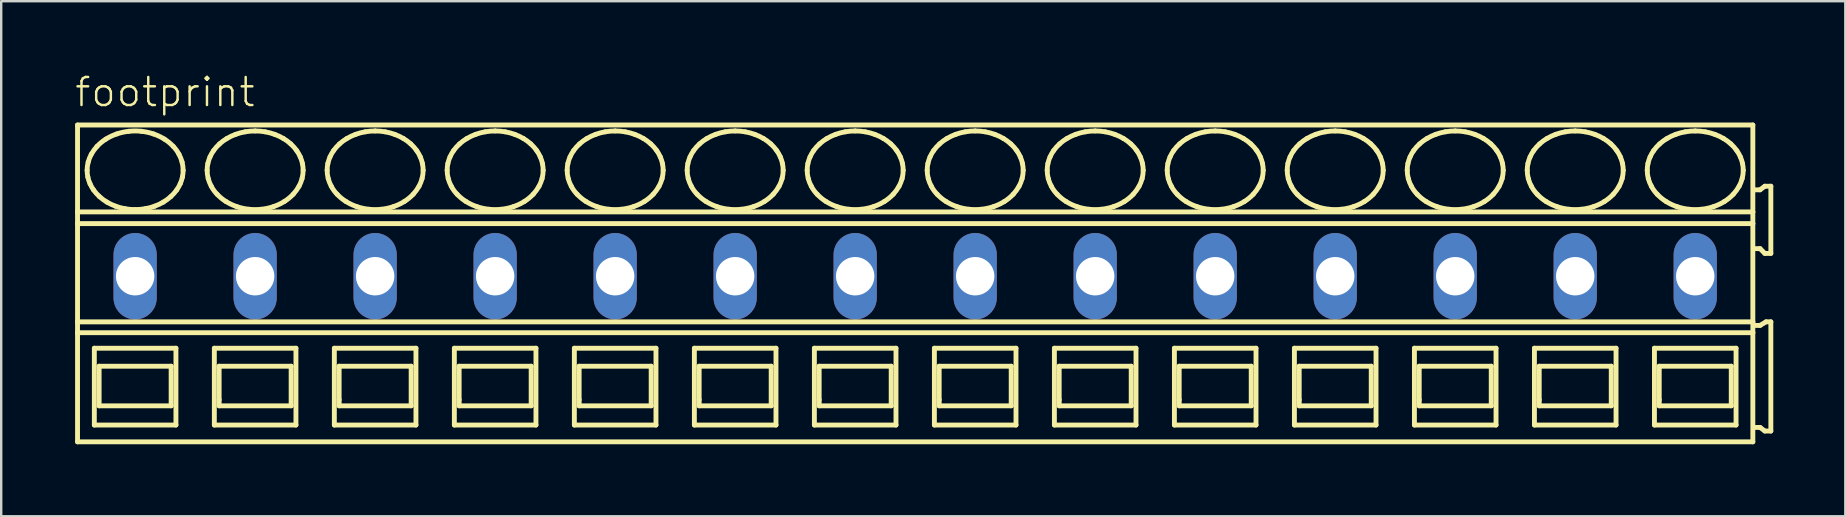
<source format=kicad_pcb>
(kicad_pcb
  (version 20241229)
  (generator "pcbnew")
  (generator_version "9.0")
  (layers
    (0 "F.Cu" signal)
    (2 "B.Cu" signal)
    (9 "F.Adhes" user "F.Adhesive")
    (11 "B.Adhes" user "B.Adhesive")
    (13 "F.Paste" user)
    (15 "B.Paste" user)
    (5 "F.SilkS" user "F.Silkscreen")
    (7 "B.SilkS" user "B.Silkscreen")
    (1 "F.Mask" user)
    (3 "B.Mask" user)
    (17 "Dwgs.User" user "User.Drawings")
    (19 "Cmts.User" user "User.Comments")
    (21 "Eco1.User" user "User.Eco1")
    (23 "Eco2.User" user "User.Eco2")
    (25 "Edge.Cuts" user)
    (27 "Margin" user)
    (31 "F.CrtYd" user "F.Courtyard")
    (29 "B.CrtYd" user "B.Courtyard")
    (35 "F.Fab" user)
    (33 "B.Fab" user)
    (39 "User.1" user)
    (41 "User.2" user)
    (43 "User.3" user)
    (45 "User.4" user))
  (footprint "footprint"
    (layer "F.Cu")
    (at 5.08 8.458)
    (property "Reference" "footprint" (at -5.08 -6.985 0) (layer "F.SilkS") (effects (font (size 1.168 1.168) (thickness 0.102)) (justify left bottom)))
    (fp_line (start -4.9 -6.3) (end -4.9 -2.679) (stroke (width 0.203) (type solid)) (layer "F.SilkS"))
    (fp_line (start -4.9 -2.679) (end -4.9 -2.192) (stroke (width 0.203) (type solid)) (layer "F.SilkS"))
    (fp_line (start -4.9 -2.192) (end -4.9 1.902) (stroke (width 0.203) (type solid)) (layer "F.SilkS"))
    (fp_line (start -4.9 1.902) (end -4.9 2.354) (stroke (width 0.203) (type solid)) (layer "F.SilkS"))
    (fp_line (start -4.9 2.354) (end -4.9 6.9) (stroke (width 0.203) (type solid)) (layer "F.SilkS"))
    (fp_line (start -4.9 6.9) (end 64.9 6.9) (stroke (width 0.203) (type solid)) (layer "F.SilkS"))
    (fp_line (start -4.2 3) (end -4.2 6.2) (stroke (width 0.203) (type solid)) (layer "F.SilkS"))
    (fp_line (start -4.2 6.2) (end -0.8 6.2) (stroke (width 0.203) (type solid)) (layer "F.SilkS"))
    (fp_line (start -4 3.75) (end -4 5.4) (stroke (width 0.203) (type solid)) (layer "F.SilkS"))
    (fp_line (start -4 5.4) (end -1 5.4) (stroke (width 0.203) (type solid)) (layer "F.SilkS"))
    (fp_line (start -1 3.75) (end -4 3.75) (stroke (width 0.203) (type solid)) (layer "F.SilkS"))
    (fp_line (start -1 5.4) (end -1 3.75) (stroke (width 0.203) (type solid)) (layer "F.SilkS"))
    (fp_line (start -0.8 3) (end -4.2 3) (stroke (width 0.203) (type solid)) (layer "F.SilkS"))
    (fp_line (start -0.8 6.2) (end -0.8 3) (stroke (width 0.203) (type solid)) (layer "F.SilkS"))
    (fp_line (start 0.8 3) (end 0.8 6.2) (stroke (width 0.203) (type solid)) (layer "F.SilkS"))
    (fp_line (start 0.8 6.2) (end 4.2 6.2) (stroke (width 0.203) (type solid)) (layer "F.SilkS"))
    (fp_line (start 1 3.75) (end 1 5.15) (stroke (width 0.203) (type solid)) (layer "F.SilkS"))
    (fp_line (start 1 5.15) (end 1 5.4) (stroke (width 0.203) (type solid)) (layer "F.SilkS"))
    (fp_line (start 1 5.4) (end 4 5.4) (stroke (width 0.203) (type solid)) (layer "F.SilkS"))
    (fp_line (start 4 3.75) (end 1 3.75) (stroke (width 0.203) (type solid)) (layer "F.SilkS"))
    (fp_line (start 4 5.4) (end 4 3.75) (stroke (width 0.203) (type solid)) (layer "F.SilkS"))
    (fp_line (start 4.2 3) (end 0.8 3) (stroke (width 0.203) (type solid)) (layer "F.SilkS"))
    (fp_line (start 4.2 6.2) (end 4.2 3) (stroke (width 0.203) (type solid)) (layer "F.SilkS"))
    (fp_line (start 5.8 3) (end 5.8 6.2) (stroke (width 0.203) (type solid)) (layer "F.SilkS"))
    (fp_line (start 5.8 6.2) (end 9.2 6.2) (stroke (width 0.203) (type solid)) (layer "F.SilkS"))
    (fp_line (start 6 3.75) (end 6 5.15) (stroke (width 0.203) (type solid)) (layer "F.SilkS"))
    (fp_line (start 6 5.15) (end 6 5.4) (stroke (width 0.203) (type solid)) (layer "F.SilkS"))
    (fp_line (start 6 5.4) (end 9 5.4) (stroke (width 0.203) (type solid)) (layer "F.SilkS"))
    (fp_line (start 9 3.75) (end 6 3.75) (stroke (width 0.203) (type solid)) (layer "F.SilkS"))
    (fp_line (start 9 5.4) (end 9 3.75) (stroke (width 0.203) (type solid)) (layer "F.SilkS"))
    (fp_line (start 9.2 3) (end 5.8 3) (stroke (width 0.203) (type solid)) (layer "F.SilkS"))
    (fp_line (start 9.2 6.2) (end 9.2 3) (stroke (width 0.203) (type solid)) (layer "F.SilkS"))
    (fp_line (start 10.8 3) (end 10.8 6.2) (stroke (width 0.203) (type solid)) (layer "F.SilkS"))
    (fp_line (start 10.8 6.2) (end 14.2 6.2) (stroke (width 0.203) (type solid)) (layer "F.SilkS"))
    (fp_line (start 11 3.75) (end 11 5.15) (stroke (width 0.203) (type solid)) (layer "F.SilkS"))
    (fp_line (start 11 5.15) (end 11 5.4) (stroke (width 0.203) (type solid)) (layer "F.SilkS"))
    (fp_line (start 11 5.4) (end 14 5.4) (stroke (width 0.203) (type solid)) (layer "F.SilkS"))
    (fp_line (start 14 3.75) (end 11 3.75) (stroke (width 0.203) (type solid)) (layer "F.SilkS"))
    (fp_line (start 14 5.4) (end 14 3.75) (stroke (width 0.203) (type solid)) (layer "F.SilkS"))
    (fp_line (start 14.2 3) (end 10.8 3) (stroke (width 0.203) (type solid)) (layer "F.SilkS"))
    (fp_line (start 14.2 6.2) (end 14.2 3) (stroke (width 0.203) (type solid)) (layer "F.SilkS"))
    (fp_line (start 15.8 3) (end 15.8 6.2) (stroke (width 0.203) (type solid)) (layer "F.SilkS"))
    (fp_line (start 15.8 6.2) (end 19.2 6.2) (stroke (width 0.203) (type solid)) (layer "F.SilkS"))
    (fp_line (start 16 3.75) (end 16 5.15) (stroke (width 0.203) (type solid)) (layer "F.SilkS"))
    (fp_line (start 16 5.15) (end 16 5.4) (stroke (width 0.203) (type solid)) (layer "F.SilkS"))
    (fp_line (start 16 5.4) (end 19 5.4) (stroke (width 0.203) (type solid)) (layer "F.SilkS"))
    (fp_line (start 19 3.75) (end 16 3.75) (stroke (width 0.203) (type solid)) (layer "F.SilkS"))
    (fp_line (start 19 5.4) (end 19 3.75) (stroke (width 0.203) (type solid)) (layer "F.SilkS"))
    (fp_line (start 19.2 3) (end 15.8 3) (stroke (width 0.203) (type solid)) (layer "F.SilkS"))
    (fp_line (start 19.2 6.2) (end 19.2 3) (stroke (width 0.203) (type solid)) (layer "F.SilkS"))
    (fp_line (start 20.8 3) (end 20.8 6.2) (stroke (width 0.203) (type solid)) (layer "F.SilkS"))
    (fp_line (start 20.8 6.2) (end 24.2 6.2) (stroke (width 0.203) (type solid)) (layer "F.SilkS"))
    (fp_line (start 21 3.75) (end 21 5.15) (stroke (width 0.203) (type solid)) (layer "F.SilkS"))
    (fp_line (start 21 5.15) (end 21 5.4) (stroke (width 0.203) (type solid)) (layer "F.SilkS"))
    (fp_line (start 21 5.4) (end 24 5.4) (stroke (width 0.203) (type solid)) (layer "F.SilkS"))
    (fp_line (start 24 3.75) (end 21 3.75) (stroke (width 0.203) (type solid)) (layer "F.SilkS"))
    (fp_line (start 24 5.4) (end 24 3.75) (stroke (width 0.203) (type solid)) (layer "F.SilkS"))
    (fp_line (start 24.2 3) (end 20.8 3) (stroke (width 0.203) (type solid)) (layer "F.SilkS"))
    (fp_line (start 24.2 6.2) (end 24.2 3) (stroke (width 0.203) (type solid)) (layer "F.SilkS"))
    (fp_line (start 25.8 3) (end 25.8 6.2) (stroke (width 0.203) (type solid)) (layer "F.SilkS"))
    (fp_line (start 25.8 6.2) (end 29.2 6.2) (stroke (width 0.203) (type solid)) (layer "F.SilkS"))
    (fp_line (start 26 3.75) (end 26 5.15) (stroke (width 0.203) (type solid)) (layer "F.SilkS"))
    (fp_line (start 26 5.15) (end 26 5.4) (stroke (width 0.203) (type solid)) (layer "F.SilkS"))
    (fp_line (start 26 5.4) (end 29 5.4) (stroke (width 0.203) (type solid)) (layer "F.SilkS"))
    (fp_line (start 29 3.75) (end 26 3.75) (stroke (width 0.203) (type solid)) (layer "F.SilkS"))
    (fp_line (start 29 5.4) (end 29 3.75) (stroke (width 0.203) (type solid)) (layer "F.SilkS"))
    (fp_line (start 29.2 3) (end 25.8 3) (stroke (width 0.203) (type solid)) (layer "F.SilkS"))
    (fp_line (start 29.2 6.2) (end 29.2 3) (stroke (width 0.203) (type solid)) (layer "F.SilkS"))
    (fp_line (start 30.8 3) (end 30.8 6.2) (stroke (width 0.203) (type solid)) (layer "F.SilkS"))
    (fp_line (start 30.8 6.2) (end 34.2 6.2) (stroke (width 0.203) (type solid)) (layer "F.SilkS"))
    (fp_line (start 31 3.75) (end 31 5.15) (stroke (width 0.203) (type solid)) (layer "F.SilkS"))
    (fp_line (start 31 5.15) (end 31 5.4) (stroke (width 0.203) (type solid)) (layer "F.SilkS"))
    (fp_line (start 31 5.4) (end 34 5.4) (stroke (width 0.203) (type solid)) (layer "F.SilkS"))
    (fp_line (start 34 3.75) (end 31 3.75) (stroke (width 0.203) (type solid)) (layer "F.SilkS"))
    (fp_line (start 34 5.4) (end 34 3.75) (stroke (width 0.203) (type solid)) (layer "F.SilkS"))
    (fp_line (start 34.2 3) (end 30.8 3) (stroke (width 0.203) (type solid)) (layer "F.SilkS"))
    (fp_line (start 34.2 6.2) (end 34.2 3) (stroke (width 0.203) (type solid)) (layer "F.SilkS"))
    (fp_line (start 35.8 3) (end 35.8 6.2) (stroke (width 0.203) (type solid)) (layer "F.SilkS"))
    (fp_line (start 35.8 6.2) (end 39.2 6.2) (stroke (width 0.203) (type solid)) (layer "F.SilkS"))
    (fp_line (start 36 3.75) (end 36 5.15) (stroke (width 0.203) (type solid)) (layer "F.SilkS"))
    (fp_line (start 36 5.15) (end 36 5.4) (stroke (width 0.203) (type solid)) (layer "F.SilkS"))
    (fp_line (start 36 5.4) (end 39 5.4) (stroke (width 0.203) (type solid)) (layer "F.SilkS"))
    (fp_line (start 39 3.75) (end 36 3.75) (stroke (width 0.203) (type solid)) (layer "F.SilkS"))
    (fp_line (start 39 5.4) (end 39 3.75) (stroke (width 0.203) (type solid)) (layer "F.SilkS"))
    (fp_line (start 39.2 3) (end 35.8 3) (stroke (width 0.203) (type solid)) (layer "F.SilkS"))
    (fp_line (start 39.2 6.2) (end 39.2 3) (stroke (width 0.203) (type solid)) (layer "F.SilkS"))
    (fp_line (start 40.8 3) (end 40.8 6.2) (stroke (width 0.203) (type solid)) (layer "F.SilkS"))
    (fp_line (start 40.8 6.2) (end 44.2 6.2) (stroke (width 0.203) (type solid)) (layer "F.SilkS"))
    (fp_line (start 41 3.75) (end 41 5.15) (stroke (width 0.203) (type solid)) (layer "F.SilkS"))
    (fp_line (start 41 5.15) (end 41 5.4) (stroke (width 0.203) (type solid)) (layer "F.SilkS"))
    (fp_line (start 41 5.4) (end 44 5.4) (stroke (width 0.203) (type solid)) (layer "F.SilkS"))
    (fp_line (start 44 3.75) (end 41 3.75) (stroke (width 0.203) (type solid)) (layer "F.SilkS"))
    (fp_line (start 44 5.4) (end 44 3.75) (stroke (width 0.203) (type solid)) (layer "F.SilkS"))
    (fp_line (start 44.2 3) (end 40.8 3) (stroke (width 0.203) (type solid)) (layer "F.SilkS"))
    (fp_line (start 44.2 6.2) (end 44.2 3) (stroke (width 0.203) (type solid)) (layer "F.SilkS"))
    (fp_line (start 45.8 3) (end 45.8 6.2) (stroke (width 0.203) (type solid)) (layer "F.SilkS"))
    (fp_line (start 45.8 6.2) (end 49.2 6.2) (stroke (width 0.203) (type solid)) (layer "F.SilkS"))
    (fp_line (start 46 3.75) (end 46 5.15) (stroke (width 0.203) (type solid)) (layer "F.SilkS"))
    (fp_line (start 46 5.15) (end 46 5.4) (stroke (width 0.203) (type solid)) (layer "F.SilkS"))
    (fp_line (start 46 5.4) (end 49 5.4) (stroke (width 0.203) (type solid)) (layer "F.SilkS"))
    (fp_line (start 49 3.75) (end 46 3.75) (stroke (width 0.203) (type solid)) (layer "F.SilkS"))
    (fp_line (start 49 5.4) (end 49 3.75) (stroke (width 0.203) (type solid)) (layer "F.SilkS"))
    (fp_line (start 49.2 3) (end 45.8 3) (stroke (width 0.203) (type solid)) (layer "F.SilkS"))
    (fp_line (start 49.2 6.2) (end 49.2 3) (stroke (width 0.203) (type solid)) (layer "F.SilkS"))
    (fp_line (start 50.8 3) (end 50.8 6.2) (stroke (width 0.203) (type solid)) (layer "F.SilkS"))
    (fp_line (start 50.8 6.2) (end 54.2 6.2) (stroke (width 0.203) (type solid)) (layer "F.SilkS"))
    (fp_line (start 51 3.75) (end 51 5.15) (stroke (width 0.203) (type solid)) (layer "F.SilkS"))
    (fp_line (start 51 5.15) (end 51 5.4) (stroke (width 0.203) (type solid)) (layer "F.SilkS"))
    (fp_line (start 51 5.4) (end 54 5.4) (stroke (width 0.203) (type solid)) (layer "F.SilkS"))
    (fp_line (start 54 3.75) (end 51 3.75) (stroke (width 0.203) (type solid)) (layer "F.SilkS"))
    (fp_line (start 54 5.4) (end 54 3.75) (stroke (width 0.203) (type solid)) (layer "F.SilkS"))
    (fp_line (start 54.2 3) (end 50.8 3) (stroke (width 0.203) (type solid)) (layer "F.SilkS"))
    (fp_line (start 54.2 6.2) (end 54.2 3) (stroke (width 0.203) (type solid)) (layer "F.SilkS"))
    (fp_line (start 55.8 3) (end 55.8 6.2) (stroke (width 0.203) (type solid)) (layer "F.SilkS"))
    (fp_line (start 55.8 6.2) (end 59.2 6.2) (stroke (width 0.203) (type solid)) (layer "F.SilkS"))
    (fp_line (start 56 3.75) (end 56 5.15) (stroke (width 0.203) (type solid)) (layer "F.SilkS"))
    (fp_line (start 56 5.15) (end 56 5.4) (stroke (width 0.203) (type solid)) (layer "F.SilkS"))
    (fp_line (start 56 5.4) (end 59 5.4) (stroke (width 0.203) (type solid)) (layer "F.SilkS"))
    (fp_line (start 59 3.75) (end 56 3.75) (stroke (width 0.203) (type solid)) (layer "F.SilkS"))
    (fp_line (start 59 5.4) (end 59 3.75) (stroke (width 0.203) (type solid)) (layer "F.SilkS"))
    (fp_line (start 59.2 3) (end 55.8 3) (stroke (width 0.203) (type solid)) (layer "F.SilkS"))
    (fp_line (start 59.2 6.2) (end 59.2 3) (stroke (width 0.203) (type solid)) (layer "F.SilkS"))
    (fp_line (start 60.8 3) (end 60.8 6.2) (stroke (width 0.203) (type solid)) (layer "F.SilkS"))
    (fp_line (start 60.8 6.2) (end 64.2 6.2) (stroke (width 0.203) (type solid)) (layer "F.SilkS"))
    (fp_line (start 61 3.75) (end 61 5.15) (stroke (width 0.203) (type solid)) (layer "F.SilkS"))
    (fp_line (start 61 5.15) (end 61 5.4) (stroke (width 0.203) (type solid)) (layer "F.SilkS"))
    (fp_line (start 61 5.4) (end 64 5.4) (stroke (width 0.203) (type solid)) (layer "F.SilkS"))
    (fp_line (start 64 3.75) (end 61 3.75) (stroke (width 0.203) (type solid)) (layer "F.SilkS"))
    (fp_line (start 64 5.4) (end 64 3.75) (stroke (width 0.203) (type solid)) (layer "F.SilkS"))
    (fp_line (start 64.2 3) (end 60.8 3) (stroke (width 0.203) (type solid)) (layer "F.SilkS"))
    (fp_line (start 64.2 6.2) (end 64.2 3) (stroke (width 0.203) (type solid)) (layer "F.SilkS"))
    (fp_line (start 64.9 -6.3) (end -4.9 -6.3) (stroke (width 0.203) (type solid)) (layer "F.SilkS"))
    (fp_line (start 64.9 -2.679) (end -4.9 -2.679) (stroke (width 0.203) (type solid)) (layer "F.SilkS"))
    (fp_line (start 64.9 -2.679) (end 64.9 -6.3) (stroke (width 0.203) (type solid)) (layer "F.SilkS"))
    (fp_line (start 64.9 -2.192) (end -4.9 -2.192) (stroke (width 0.203) (type solid)) (layer "F.SilkS"))
    (fp_line (start 64.9 -2.192) (end 64.9 -2.679) (stroke (width 0.203) (type solid)) (layer "F.SilkS"))
    (fp_line (start 64.9 1.902) (end -4.9 1.902) (stroke (width 0.203) (type solid)) (layer "F.SilkS"))
    (fp_line (start 64.9 1.902) (end 64.9 -2.192) (stroke (width 0.203) (type solid)) (layer "F.SilkS"))
    (fp_line (start 64.9 2.354) (end -4.9 2.354) (stroke (width 0.203) (type solid)) (layer "F.SilkS"))
    (fp_line (start 64.9 2.354) (end 64.9 1.902) (stroke (width 0.203) (type solid)) (layer "F.SilkS"))
    (fp_line (start 64.9 6.9) (end 64.9 2.354) (stroke (width 0.203) (type solid)) (layer "F.SilkS"))
    (fp_line (start 65 -1.15) (end 65.2 -1.15) (stroke (width 0.203) (type solid)) (layer "F.SilkS"))
    (fp_line (start 65 6.3) (end 65.2 6.3) (stroke (width 0.203) (type solid)) (layer "F.SilkS"))
    (fp_line (start 65.2 -3.6) (end 65 -3.6) (stroke (width 0.203) (type solid)) (layer "F.SilkS"))
    (fp_line (start 65.2 -1.15) (end 65.4 -0.95) (stroke (width 0.203) (type solid)) (layer "F.SilkS"))
    (fp_line (start 65.2 2.05) (end 65 2.05) (stroke (width 0.203) (type solid)) (layer "F.SilkS"))
    (fp_line (start 65.2 6.3) (end 65.4 6.45) (stroke (width 0.203) (type solid)) (layer "F.SilkS"))
    (fp_line (start 65.4 -3.75) (end 65.2 -3.6) (stroke (width 0.203) (type solid)) (layer "F.SilkS"))
    (fp_line (start 65.4 -0.95) (end 65.65 -0.95) (stroke (width 0.203) (type solid)) (layer "F.SilkS"))
    (fp_line (start 65.4 6.45) (end 65.65 6.45) (stroke (width 0.203) (type solid)) (layer "F.SilkS"))
    (fp_line (start 65.45 1.9) (end 65.2 2.05) (stroke (width 0.203) (type solid)) (layer "F.SilkS"))
    (fp_line (start 65.65 -3.75) (end 65.4 -3.75) (stroke (width 0.203) (type solid)) (layer "F.SilkS"))
    (fp_line (start 65.65 -0.95) (end 65.65 -3.75) (stroke (width 0.203) (type solid)) (layer "F.SilkS"))
    (fp_line (start 65.65 1.9) (end 65.45 1.9) (stroke (width 0.203) (type solid)) (layer "F.SilkS"))
    (fp_line (start 65.65 6.45) (end 65.65 1.9) (stroke (width 0.203) (type solid)) (layer "F.SilkS"))
    (fp_arc (start -4.5 -4.4136) (mid -4.488905 -4.585389) (end -4.4562 -4.7544) (stroke (width 0.2032) (type solid)) (layer "F.SilkS"))
    (fp_arc (start -4.4695 -4.1287) (mid -4.492308 -4.270341) (end -4.5 -4.4136) (stroke (width 0.2032) (type solid)) (layer "F.SilkS"))
    (fp_arc (start -4.4562 -4.7544) (mid -4.401558 -4.920839) (end -4.3273 -5.0795) (stroke (width 0.2032) (type solid)) (layer "F.SilkS"))
    (fp_arc (start -4.3795 -3.8536) (mid -4.431599 -3.988827) (end -4.4695 -4.1287) (stroke (width 0.2032) (type solid)) (layer "F.SilkS"))
    (fp_arc (start -4.3274 -5.0795) (mid -4.216217 -5.252167) (end -4.0864 -5.4113) (stroke (width 0.2032) (type solid)) (layer "F.SilkS"))
    (fp_arc (start -4.232 -3.5945) (mid -4.312155 -3.720404) (end -4.3795 -3.8536) (stroke (width 0.2032) (type solid)) (layer "F.SilkS"))
    (fp_arc (start -4.0864 -5.4113) (mid -3.911717 -5.573771) (end -3.718 -5.713) (stroke (width 0.2032) (type solid)) (layer "F.SilkS"))
    (fp_arc (start -3.9861 -3.3171) (mid -4.116737 -3.448975) (end -4.2321 -3.5944) (stroke (width 0.2032) (type solid)) (layer "F.SilkS"))
    (fp_arc (start -3.718 -5.713) (mid -3.497651 -5.83326) (end -3.2649 -5.9273) (stroke (width 0.2032) (type solid)) (layer "F.SilkS"))
    (fp_arc (start -3.676 -3.0884) (mid -3.836846 -3.194891) (end -3.9861 -3.3171) (stroke (width 0.2032) (type solid)) (layer "F.SilkS"))
    (fp_arc (start -3.313 -2.9167) (mid -3.498551 -2.993985) (end -3.676 -3.0884) (stroke (width 0.2032) (type solid)) (layer "F.SilkS"))
    (fp_arc (start -3.2649 -5.9273) (mid -3.016253 -5.996227) (end -2.7616 -6.0378) (stroke (width 0.2032) (type solid)) (layer "F.SilkS"))
    (fp_arc (start -2.9161 -2.8111) (mid -3.116893 -2.855096) (end -3.313 -2.9167) (stroke (width 0.2032) (type solid)) (layer "F.SilkS"))
    (fp_arc (start -2.7616 -6.0378) (mid -2.5 -6.051841) (end -2.2384 -6.0378) (stroke (width 0.2032) (type solid)) (layer "F.SilkS"))
    (fp_arc (start -2.5 -2.7752) (mid -2.708826 -2.784159) (end -2.9161 -2.8111) (stroke (width 0.2032) (type solid)) (layer "F.SilkS"))
    (fp_arc (start -2.2384 -6.0378) (mid -1.983714 -5.996379) (end -1.7351 -5.9273) (stroke (width 0.2032) (type solid)) (layer "F.SilkS"))
    (fp_arc (start -2.0839 -2.8111) (mid -2.291182 -2.784277) (end -2.5 -2.7753) (stroke (width 0.2032) (type solid)) (layer "F.SilkS"))
    (fp_arc (start -1.7351 -5.9273) (mid -1.502222 -5.83353) (end -1.282 -5.713) (stroke (width 0.2032) (type solid)) (layer "F.SilkS"))
    (fp_arc (start -1.687 -2.9167) (mid -1.883129 -2.855175) (end -2.0839 -2.8111) (stroke (width 0.2032) (type solid)) (layer "F.SilkS"))
    (fp_arc (start -1.324 -3.0884) (mid -1.501514 -2.994123) (end -1.687 -2.9167) (stroke (width 0.2032) (type solid)) (layer "F.SilkS"))
    (fp_arc (start -1.282 -5.713) (mid -1.088036 -5.574073) (end -0.9136 -5.4113) (stroke (width 0.2032) (type solid)) (layer "F.SilkS"))
    (fp_arc (start -1.0139 -3.3171) (mid -1.163276 -3.195057) (end -1.324 -3.0884) (stroke (width 0.2032) (type solid)) (layer "F.SilkS"))
    (fp_arc (start -0.9137 -5.4112) (mid -0.781313 -5.253987) (end -0.6727 -5.0795) (stroke (width 0.2032) (type solid)) (layer "F.SilkS"))
    (fp_arc (start -0.7679 -3.5944) (mid -0.88339 -3.449088) (end -1.0139 -3.3171) (stroke (width 0.2032) (type solid)) (layer "F.SilkS"))
    (fp_arc (start -0.6727 -5.0795) (mid -0.598286 -4.920901) (end -0.5438 -4.7544) (stroke (width 0.2032) (type solid)) (layer "F.SilkS"))
    (fp_arc (start -0.6204 -3.8536) (mid -0.687861 -3.720421) (end -0.7679 -3.5944) (stroke (width 0.2032) (type solid)) (layer "F.SilkS"))
    (fp_arc (start -0.5438 -4.7544) (mid -0.511083 -4.58539) (end -0.5 -4.4136) (stroke (width 0.2032) (type solid)) (layer "F.SilkS"))
    (fp_arc (start -0.5305 -4.1287) (mid -0.568473 -3.988851) (end -0.6205 -3.8536) (stroke (width 0.2032) (type solid)) (layer "F.SilkS"))
    (fp_arc (start -0.5001 -4.4136) (mid -0.507739 -4.270343) (end -0.5305 -4.1287) (stroke (width 0.2032) (type solid)) (layer "F.SilkS"))
    (fp_arc (start 0.5 -4.4136) (mid 0.507693 -4.556809) (end 0.5305 -4.6984) (stroke (width 0.2032) (type solid)) (layer "F.SilkS"))
    (fp_arc (start 0.5305 -4.6984) (mid 0.568467 -4.8383) (end 0.6205 -4.9736) (stroke (width 0.2032) (type solid)) (layer "F.SilkS"))
    (fp_arc (start 0.5438 -4.0727) (mid 0.511073 -4.241759) (end 0.5 -4.4136) (stroke (width 0.2032) (type solid)) (layer "F.SilkS"))
    (fp_arc (start 0.6204 -4.9736) (mid 0.687866 -5.106728) (end 0.7679 -5.2327) (stroke (width 0.2032) (type solid)) (layer "F.SilkS"))
    (fp_arc (start 0.6727 -3.7476) (mid 0.598289 -3.9062) (end 0.5438 -4.0727) (stroke (width 0.2032) (type solid)) (layer "F.SilkS"))
    (fp_arc (start 0.7679 -5.2327) (mid 0.883386 -5.378016) (end 1.0139 -5.51) (stroke (width 0.2032) (type solid)) (layer "F.SilkS"))
    (fp_arc (start 0.9136 -3.4159) (mid 0.781267 -3.57312) (end 0.6727 -3.7476) (stroke (width 0.2032) (type solid)) (layer "F.SilkS"))
    (fp_arc (start 1.0139 -5.51) (mid 1.163277 -5.632042) (end 1.324 -5.7387) (stroke (width 0.2032) (type solid)) (layer "F.SilkS"))
    (fp_arc (start 1.282 -3.1141) (mid 1.088032 -3.253077) (end 0.9136 -3.4159) (stroke (width 0.2032) (type solid)) (layer "F.SilkS"))
    (fp_arc (start 1.324 -5.7387) (mid 1.501514 -5.832977) (end 1.687 -5.9104) (stroke (width 0.2032) (type solid)) (layer "F.SilkS"))
    (fp_arc (start 1.687 -5.9104) (mid 1.883129 -5.971925) (end 2.0839 -6.016) (stroke (width 0.2032) (type solid)) (layer "F.SilkS"))
    (fp_arc (start 1.7351 -2.8998) (mid 1.502222 -2.993571) (end 1.282 -3.1141) (stroke (width 0.2032) (type solid)) (layer "F.SilkS"))
    (fp_arc (start 2.0839 -6.0161) (mid 2.291183 -6.042919) (end 2.5 -6.0519) (stroke (width 0.2032) (type solid)) (layer "F.SilkS"))
    (fp_arc (start 2.2384 -2.7893) (mid 1.983714 -2.830721) (end 1.7351 -2.8998) (stroke (width 0.2032) (type solid)) (layer "F.SilkS"))
    (fp_arc (start 2.5 -6.0519) (mid 2.708826 -6.042941) (end 2.9161 -6.016) (stroke (width 0.2032) (type solid)) (layer "F.SilkS"))
    (fp_arc (start 2.7616 -2.7893) (mid 2.5 -2.775259) (end 2.2384 -2.7893) (stroke (width 0.2032) (type solid)) (layer "F.SilkS"))
    (fp_arc (start 2.9161 -6.016) (mid 3.116893 -5.972004) (end 3.313 -5.9104) (stroke (width 0.2032) (type solid)) (layer "F.SilkS"))
    (fp_arc (start 3.2649 -2.8998) (mid 3.016253 -2.830873) (end 2.7616 -2.7893) (stroke (width 0.2032) (type solid)) (layer "F.SilkS"))
    (fp_arc (start 3.313 -5.9104) (mid 3.498552 -5.833116) (end 3.676 -5.7387) (stroke (width 0.2032) (type solid)) (layer "F.SilkS"))
    (fp_arc (start 3.676 -5.7387) (mid 3.836846 -5.632209) (end 3.9861 -5.51) (stroke (width 0.2032) (type solid)) (layer "F.SilkS"))
    (fp_arc (start 3.718 -3.1141) (mid 3.497651 -2.993839) (end 3.2649 -2.8998) (stroke (width 0.2032) (type solid)) (layer "F.SilkS"))
    (fp_arc (start 3.9861 -5.51) (mid 4.116738 -5.378126) (end 4.2321 -5.2327) (stroke (width 0.2032) (type solid)) (layer "F.SilkS"))
    (fp_arc (start 4.0864 -3.4159) (mid 3.911721 -3.253378) (end 3.718 -3.1141) (stroke (width 0.2032) (type solid)) (layer "F.SilkS"))
    (fp_arc (start 4.2321 -5.2327) (mid 4.312204 -5.106793) (end 4.3795 -4.9736) (stroke (width 0.2032) (type solid)) (layer "F.SilkS"))
    (fp_arc (start 4.3273 -3.7476) (mid 4.216161 -3.574988) (end 4.0864 -3.4159) (stroke (width 0.2032) (type solid)) (layer "F.SilkS"))
    (fp_arc (start 4.3795 -4.9736) (mid 4.431605 -4.838324) (end 4.4695 -4.6984) (stroke (width 0.2032) (type solid)) (layer "F.SilkS"))
    (fp_arc (start 4.4562 -4.0727) (mid 4.401557 -3.906262) (end 4.3273 -3.7476) (stroke (width 0.2032) (type solid)) (layer "F.SilkS"))
    (fp_arc (start 4.4695 -4.6984) (mid 4.4923 -4.556809) (end 4.5 -4.4136) (stroke (width 0.2032) (type solid)) (layer "F.SilkS"))
    (fp_arc (start 4.5 -4.4136) (mid 4.488914 -4.241761) (end 4.4562 -4.0727) (stroke (width 0.2032) (type solid)) (layer "F.SilkS"))
    (fp_arc (start 5.5 -4.4136) (mid 5.507693 -4.556809) (end 5.5305 -4.6984) (stroke (width 0.2032) (type solid)) (layer "F.SilkS"))
    (fp_arc (start 5.5305 -4.6984) (mid 5.568467 -4.8383) (end 5.6205 -4.9736) (stroke (width 0.2032) (type solid)) (layer "F.SilkS"))
    (fp_arc (start 5.5438 -4.0727) (mid 5.511073 -4.241759) (end 5.5 -4.4136) (stroke (width 0.2032) (type solid)) (layer "F.SilkS"))
    (fp_arc (start 5.6204 -4.9736) (mid 5.687866 -5.106728) (end 5.7679 -5.2327) (stroke (width 0.2032) (type solid)) (layer "F.SilkS"))
    (fp_arc (start 5.6727 -3.7476) (mid 5.598289 -3.9062) (end 5.5438 -4.0727) (stroke (width 0.2032) (type solid)) (layer "F.SilkS"))
    (fp_arc (start 5.7679 -5.2327) (mid 5.883386 -5.378016) (end 6.0139 -5.51) (stroke (width 0.2032) (type solid)) (layer "F.SilkS"))
    (fp_arc (start 5.9136 -3.4159) (mid 5.781267 -3.57312) (end 5.6727 -3.7476) (stroke (width 0.2032) (type solid)) (layer "F.SilkS"))
    (fp_arc (start 6.0139 -5.51) (mid 6.163277 -5.632042) (end 6.324 -5.7387) (stroke (width 0.2032) (type solid)) (layer "F.SilkS"))
    (fp_arc (start 6.282 -3.1141) (mid 6.088032 -3.253077) (end 5.9136 -3.4159) (stroke (width 0.2032) (type solid)) (layer "F.SilkS"))
    (fp_arc (start 6.324 -5.7387) (mid 6.501514 -5.832977) (end 6.687 -5.9104) (stroke (width 0.2032) (type solid)) (layer "F.SilkS"))
    (fp_arc (start 6.687 -5.9104) (mid 6.883129 -5.971925) (end 7.0839 -6.016) (stroke (width 0.2032) (type solid)) (layer "F.SilkS"))
    (fp_arc (start 6.7351 -2.8998) (mid 6.502222 -2.993571) (end 6.282 -3.1141) (stroke (width 0.2032) (type solid)) (layer "F.SilkS"))
    (fp_arc (start 7.0839 -6.0161) (mid 7.291183 -6.042919) (end 7.5 -6.0519) (stroke (width 0.2032) (type solid)) (layer "F.SilkS"))
    (fp_arc (start 7.2384 -2.7893) (mid 6.983714 -2.830721) (end 6.7351 -2.8998) (stroke (width 0.2032) (type solid)) (layer "F.SilkS"))
    (fp_arc (start 7.5 -6.0519) (mid 7.708826 -6.042941) (end 7.9161 -6.016) (stroke (width 0.2032) (type solid)) (layer "F.SilkS"))
    (fp_arc (start 7.7616 -2.7893) (mid 7.5 -2.775259) (end 7.2384 -2.7893) (stroke (width 0.2032) (type solid)) (layer "F.SilkS"))
    (fp_arc (start 7.9161 -6.016) (mid 8.116893 -5.972004) (end 8.313 -5.9104) (stroke (width 0.2032) (type solid)) (layer "F.SilkS"))
    (fp_arc (start 8.2649 -2.8998) (mid 8.016253 -2.830873) (end 7.7616 -2.7893) (stroke (width 0.2032) (type solid)) (layer "F.SilkS"))
    (fp_arc (start 8.313 -5.9104) (mid 8.498552 -5.833116) (end 8.676 -5.7387) (stroke (width 0.2032) (type solid)) (layer "F.SilkS"))
    (fp_arc (start 8.676 -5.7387) (mid 8.836846 -5.632209) (end 8.9861 -5.51) (stroke (width 0.2032) (type solid)) (layer "F.SilkS"))
    (fp_arc (start 8.718 -3.1141) (mid 8.497651 -2.993839) (end 8.2649 -2.8998) (stroke (width 0.2032) (type solid)) (layer "F.SilkS"))
    (fp_arc (start 8.9861 -5.51) (mid 9.116738 -5.378126) (end 9.2321 -5.2327) (stroke (width 0.2032) (type solid)) (layer "F.SilkS"))
    (fp_arc (start 9.0864 -3.4159) (mid 8.911721 -3.253378) (end 8.718 -3.1141) (stroke (width 0.2032) (type solid)) (layer "F.SilkS"))
    (fp_arc (start 9.2321 -5.2327) (mid 9.312204 -5.106793) (end 9.3795 -4.9736) (stroke (width 0.2032) (type solid)) (layer "F.SilkS"))
    (fp_arc (start 9.3273 -3.7476) (mid 9.216161 -3.574988) (end 9.0864 -3.4159) (stroke (width 0.2032) (type solid)) (layer "F.SilkS"))
    (fp_arc (start 9.3795 -4.9736) (mid 9.431605 -4.838324) (end 9.4695 -4.6984) (stroke (width 0.2032) (type solid)) (layer "F.SilkS"))
    (fp_arc (start 9.4562 -4.0727) (mid 9.401557 -3.906262) (end 9.3273 -3.7476) (stroke (width 0.2032) (type solid)) (layer "F.SilkS"))
    (fp_arc (start 9.4695 -4.6984) (mid 9.4923 -4.556809) (end 9.5 -4.4136) (stroke (width 0.2032) (type solid)) (layer "F.SilkS"))
    (fp_arc (start 9.5 -4.4136) (mid 9.488914 -4.241761) (end 9.4562 -4.0727) (stroke (width 0.2032) (type solid)) (layer "F.SilkS"))
    (fp_arc (start 10.5 -4.4136) (mid 10.507693 -4.556809) (end 10.5305 -4.6984) (stroke (width 0.2032) (type solid)) (layer "F.SilkS"))
    (fp_arc (start 10.5305 -4.6984) (mid 10.568467 -4.8383) (end 10.6205 -4.9736) (stroke (width 0.2032) (type solid)) (layer "F.SilkS"))
    (fp_arc (start 10.5438 -4.0727) (mid 10.511073 -4.241759) (end 10.5 -4.4136) (stroke (width 0.2032) (type solid)) (layer "F.SilkS"))
    (fp_arc (start 10.6204 -4.9736) (mid 10.687866 -5.106728) (end 10.7679 -5.2327) (stroke (width 0.2032) (type solid)) (layer "F.SilkS"))
    (fp_arc (start 10.6727 -3.7476) (mid 10.598289 -3.9062) (end 10.5438 -4.0727) (stroke (width 0.2032) (type solid)) (layer "F.SilkS"))
    (fp_arc (start 10.7679 -5.2327) (mid 10.883386 -5.378016) (end 11.0139 -5.51) (stroke (width 0.2032) (type solid)) (layer "F.SilkS"))
    (fp_arc (start 10.9136 -3.4159) (mid 10.781267 -3.57312) (end 10.6727 -3.7476) (stroke (width 0.2032) (type solid)) (layer "F.SilkS"))
    (fp_arc (start 11.0139 -5.51) (mid 11.163277 -5.632042) (end 11.324 -5.7387) (stroke (width 0.2032) (type solid)) (layer "F.SilkS"))
    (fp_arc (start 11.282 -3.1141) (mid 11.088032 -3.253077) (end 10.9136 -3.4159) (stroke (width 0.2032) (type solid)) (layer "F.SilkS"))
    (fp_arc (start 11.324 -5.7387) (mid 11.501514 -5.832977) (end 11.687 -5.9104) (stroke (width 0.2032) (type solid)) (layer "F.SilkS"))
    (fp_arc (start 11.687 -5.9104) (mid 11.883129 -5.971925) (end 12.0839 -6.016) (stroke (width 0.2032) (type solid)) (layer "F.SilkS"))
    (fp_arc (start 11.7351 -2.8998) (mid 11.502222 -2.993571) (end 11.282 -3.1141) (stroke (width 0.2032) (type solid)) (layer "F.SilkS"))
    (fp_arc (start 12.0839 -6.0161) (mid 12.291183 -6.042919) (end 12.5 -6.0519) (stroke (width 0.2032) (type solid)) (layer "F.SilkS"))
    (fp_arc (start 12.2384 -2.7893) (mid 11.983714 -2.830721) (end 11.7351 -2.8998) (stroke (width 0.2032) (type solid)) (layer "F.SilkS"))
    (fp_arc (start 12.5 -6.0519) (mid 12.708826 -6.042941) (end 12.9161 -6.016) (stroke (width 0.2032) (type solid)) (layer "F.SilkS"))
    (fp_arc (start 12.7616 -2.7893) (mid 12.5 -2.775259) (end 12.2384 -2.7893) (stroke (width 0.2032) (type solid)) (layer "F.SilkS"))
    (fp_arc (start 12.9161 -6.016) (mid 13.116893 -5.972004) (end 13.313 -5.9104) (stroke (width 0.2032) (type solid)) (layer "F.SilkS"))
    (fp_arc (start 13.2649 -2.8998) (mid 13.016253 -2.830873) (end 12.7616 -2.7893) (stroke (width 0.2032) (type solid)) (layer "F.SilkS"))
    (fp_arc (start 13.313 -5.9104) (mid 13.498552 -5.833116) (end 13.676 -5.7387) (stroke (width 0.2032) (type solid)) (layer "F.SilkS"))
    (fp_arc (start 13.676 -5.7387) (mid 13.836846 -5.632209) (end 13.9861 -5.51) (stroke (width 0.2032) (type solid)) (layer "F.SilkS"))
    (fp_arc (start 13.718 -3.1141) (mid 13.497651 -2.993839) (end 13.2649 -2.8998) (stroke (width 0.2032) (type solid)) (layer "F.SilkS"))
    (fp_arc (start 13.9861 -5.51) (mid 14.116738 -5.378126) (end 14.2321 -5.2327) (stroke (width 0.2032) (type solid)) (layer "F.SilkS"))
    (fp_arc (start 14.0864 -3.4159) (mid 13.911721 -3.253378) (end 13.718 -3.1141) (stroke (width 0.2032) (type solid)) (layer "F.SilkS"))
    (fp_arc (start 14.2321 -5.2327) (mid 14.312204 -5.106793) (end 14.3795 -4.9736) (stroke (width 0.2032) (type solid)) (layer "F.SilkS"))
    (fp_arc (start 14.3273 -3.7476) (mid 14.216161 -3.574988) (end 14.0864 -3.4159) (stroke (width 0.2032) (type solid)) (layer "F.SilkS"))
    (fp_arc (start 14.3795 -4.9736) (mid 14.431605 -4.838324) (end 14.4695 -4.6984) (stroke (width 0.2032) (type solid)) (layer "F.SilkS"))
    (fp_arc (start 14.4562 -4.0727) (mid 14.401557 -3.906262) (end 14.3273 -3.7476) (stroke (width 0.2032) (type solid)) (layer "F.SilkS"))
    (fp_arc (start 14.4695 -4.6984) (mid 14.4923 -4.556809) (end 14.5 -4.4136) (stroke (width 0.2032) (type solid)) (layer "F.SilkS"))
    (fp_arc (start 14.5 -4.4136) (mid 14.488914 -4.241761) (end 14.4562 -4.0727) (stroke (width 0.2032) (type solid)) (layer "F.SilkS"))
    (fp_arc (start 15.5 -4.4136) (mid 15.507693 -4.556809) (end 15.5305 -4.6984) (stroke (width 0.2032) (type solid)) (layer "F.SilkS"))
    (fp_arc (start 15.5305 -4.6984) (mid 15.568467 -4.8383) (end 15.6205 -4.9736) (stroke (width 0.2032) (type solid)) (layer "F.SilkS"))
    (fp_arc (start 15.5438 -4.0727) (mid 15.511073 -4.241759) (end 15.5 -4.4136) (stroke (width 0.2032) (type solid)) (layer "F.SilkS"))
    (fp_arc (start 15.6204 -4.9736) (mid 15.687866 -5.106728) (end 15.7679 -5.2327) (stroke (width 0.2032) (type solid)) (layer "F.SilkS"))
    (fp_arc (start 15.6727 -3.7476) (mid 15.598289 -3.9062) (end 15.5438 -4.0727) (stroke (width 0.2032) (type solid)) (layer "F.SilkS"))
    (fp_arc (start 15.7679 -5.2327) (mid 15.883386 -5.378016) (end 16.0139 -5.51) (stroke (width 0.2032) (type solid)) (layer "F.SilkS"))
    (fp_arc (start 15.9136 -3.4159) (mid 15.781267 -3.57312) (end 15.6727 -3.7476) (stroke (width 0.2032) (type solid)) (layer "F.SilkS"))
    (fp_arc (start 16.0139 -5.51) (mid 16.163277 -5.632042) (end 16.324 -5.7387) (stroke (width 0.2032) (type solid)) (layer "F.SilkS"))
    (fp_arc (start 16.282 -3.1141) (mid 16.088032 -3.253077) (end 15.9136 -3.4159) (stroke (width 0.2032) (type solid)) (layer "F.SilkS"))
    (fp_arc (start 16.324 -5.7387) (mid 16.501514 -5.832977) (end 16.687 -5.9104) (stroke (width 0.2032) (type solid)) (layer "F.SilkS"))
    (fp_arc (start 16.687 -5.9104) (mid 16.883129 -5.971925) (end 17.0839 -6.016) (stroke (width 0.2032) (type solid)) (layer "F.SilkS"))
    (fp_arc (start 16.7351 -2.8998) (mid 16.502222 -2.993571) (end 16.282 -3.1141) (stroke (width 0.2032) (type solid)) (layer "F.SilkS"))
    (fp_arc (start 17.0839 -6.0161) (mid 17.291183 -6.042919) (end 17.5 -6.0519) (stroke (width 0.2032) (type solid)) (layer "F.SilkS"))
    (fp_arc (start 17.2384 -2.7893) (mid 16.983714 -2.830721) (end 16.7351 -2.8998) (stroke (width 0.2032) (type solid)) (layer "F.SilkS"))
    (fp_arc (start 17.5 -6.0519) (mid 17.708826 -6.042941) (end 17.9161 -6.016) (stroke (width 0.2032) (type solid)) (layer "F.SilkS"))
    (fp_arc (start 17.7616 -2.7893) (mid 17.5 -2.775259) (end 17.2384 -2.7893) (stroke (width 0.2032) (type solid)) (layer "F.SilkS"))
    (fp_arc (start 17.9161 -6.016) (mid 18.116893 -5.972004) (end 18.313 -5.9104) (stroke (width 0.2032) (type solid)) (layer "F.SilkS"))
    (fp_arc (start 18.2649 -2.8998) (mid 18.016253 -2.830873) (end 17.7616 -2.7893) (stroke (width 0.2032) (type solid)) (layer "F.SilkS"))
    (fp_arc (start 18.313 -5.9104) (mid 18.498552 -5.833116) (end 18.676 -5.7387) (stroke (width 0.2032) (type solid)) (layer "F.SilkS"))
    (fp_arc (start 18.676 -5.7387) (mid 18.836846 -5.632209) (end 18.9861 -5.51) (stroke (width 0.2032) (type solid)) (layer "F.SilkS"))
    (fp_arc (start 18.718 -3.1141) (mid 18.497651 -2.993839) (end 18.2649 -2.8998) (stroke (width 0.2032) (type solid)) (layer "F.SilkS"))
    (fp_arc (start 18.9861 -5.51) (mid 19.116738 -5.378126) (end 19.2321 -5.2327) (stroke (width 0.2032) (type solid)) (layer "F.SilkS"))
    (fp_arc (start 19.0864 -3.4159) (mid 18.911721 -3.253378) (end 18.718 -3.1141) (stroke (width 0.2032) (type solid)) (layer "F.SilkS"))
    (fp_arc (start 19.2321 -5.2327) (mid 19.312204 -5.106793) (end 19.3795 -4.9736) (stroke (width 0.2032) (type solid)) (layer "F.SilkS"))
    (fp_arc (start 19.3273 -3.7476) (mid 19.216161 -3.574988) (end 19.0864 -3.4159) (stroke (width 0.2032) (type solid)) (layer "F.SilkS"))
    (fp_arc (start 19.3795 -4.9736) (mid 19.431605 -4.838324) (end 19.4695 -4.6984) (stroke (width 0.2032) (type solid)) (layer "F.SilkS"))
    (fp_arc (start 19.4562 -4.0727) (mid 19.401557 -3.906262) (end 19.3273 -3.7476) (stroke (width 0.2032) (type solid)) (layer "F.SilkS"))
    (fp_arc (start 19.4695 -4.6984) (mid 19.4923 -4.556809) (end 19.5 -4.4136) (stroke (width 0.2032) (type solid)) (layer "F.SilkS"))
    (fp_arc (start 19.5 -4.4136) (mid 19.488914 -4.241761) (end 19.4562 -4.0727) (stroke (width 0.2032) (type solid)) (layer "F.SilkS"))
    (fp_arc (start 20.5 -4.4136) (mid 20.507693 -4.556809) (end 20.5305 -4.6984) (stroke (width 0.2032) (type solid)) (layer "F.SilkS"))
    (fp_arc (start 20.5305 -4.6984) (mid 20.568467 -4.8383) (end 20.6205 -4.9736) (stroke (width 0.2032) (type solid)) (layer "F.SilkS"))
    (fp_arc (start 20.5438 -4.0727) (mid 20.511073 -4.241759) (end 20.5 -4.4136) (stroke (width 0.2032) (type solid)) (layer "F.SilkS"))
    (fp_arc (start 20.6204 -4.9736) (mid 20.687866 -5.106728) (end 20.7679 -5.2327) (stroke (width 0.2032) (type solid)) (layer "F.SilkS"))
    (fp_arc (start 20.6727 -3.7476) (mid 20.598289 -3.9062) (end 20.5438 -4.0727) (stroke (width 0.2032) (type solid)) (layer "F.SilkS"))
    (fp_arc (start 20.7679 -5.2327) (mid 20.883386 -5.378016) (end 21.0139 -5.51) (stroke (width 0.2032) (type solid)) (layer "F.SilkS"))
    (fp_arc (start 20.9136 -3.4159) (mid 20.781267 -3.57312) (end 20.6727 -3.7476) (stroke (width 0.2032) (type solid)) (layer "F.SilkS"))
    (fp_arc (start 21.0139 -5.51) (mid 21.163277 -5.632042) (end 21.324 -5.7387) (stroke (width 0.2032) (type solid)) (layer "F.SilkS"))
    (fp_arc (start 21.282 -3.1141) (mid 21.088032 -3.253077) (end 20.9136 -3.4159) (stroke (width 0.2032) (type solid)) (layer "F.SilkS"))
    (fp_arc (start 21.324 -5.7387) (mid 21.501514 -5.832977) (end 21.687 -5.9104) (stroke (width 0.2032) (type solid)) (layer "F.SilkS"))
    (fp_arc (start 21.687 -5.9104) (mid 21.883129 -5.971925) (end 22.0839 -6.016) (stroke (width 0.2032) (type solid)) (layer "F.SilkS"))
    (fp_arc (start 21.7351 -2.8998) (mid 21.502222 -2.993571) (end 21.282 -3.1141) (stroke (width 0.2032) (type solid)) (layer "F.SilkS"))
    (fp_arc (start 22.0839 -6.0161) (mid 22.291183 -6.042919) (end 22.5 -6.0519) (stroke (width 0.2032) (type solid)) (layer "F.SilkS"))
    (fp_arc (start 22.2384 -2.7893) (mid 21.983714 -2.830721) (end 21.7351 -2.8998) (stroke (width 0.2032) (type solid)) (layer "F.SilkS"))
    (fp_arc (start 22.5 -6.0519) (mid 22.708826 -6.042941) (end 22.9161 -6.016) (stroke (width 0.2032) (type solid)) (layer "F.SilkS"))
    (fp_arc (start 22.7616 -2.7893) (mid 22.5 -2.775259) (end 22.2384 -2.7893) (stroke (width 0.2032) (type solid)) (layer "F.SilkS"))
    (fp_arc (start 22.9161 -6.016) (mid 23.116893 -5.972004) (end 23.313 -5.9104) (stroke (width 0.2032) (type solid)) (layer "F.SilkS"))
    (fp_arc (start 23.2649 -2.8998) (mid 23.016253 -2.830873) (end 22.7616 -2.7893) (stroke (width 0.2032) (type solid)) (layer "F.SilkS"))
    (fp_arc (start 23.313 -5.9104) (mid 23.498552 -5.833116) (end 23.676 -5.7387) (stroke (width 0.2032) (type solid)) (layer "F.SilkS"))
    (fp_arc (start 23.676 -5.7387) (mid 23.836846 -5.632209) (end 23.9861 -5.51) (stroke (width 0.2032) (type solid)) (layer "F.SilkS"))
    (fp_arc (start 23.718 -3.1141) (mid 23.497651 -2.993839) (end 23.2649 -2.8998) (stroke (width 0.2032) (type solid)) (layer "F.SilkS"))
    (fp_arc (start 23.9861 -5.51) (mid 24.116738 -5.378126) (end 24.2321 -5.2327) (stroke (width 0.2032) (type solid)) (layer "F.SilkS"))
    (fp_arc (start 24.0864 -3.4159) (mid 23.911721 -3.253378) (end 23.718 -3.1141) (stroke (width 0.2032) (type solid)) (layer "F.SilkS"))
    (fp_arc (start 24.2321 -5.2327) (mid 24.312204 -5.106793) (end 24.3795 -4.9736) (stroke (width 0.2032) (type solid)) (layer "F.SilkS"))
    (fp_arc (start 24.3273 -3.7476) (mid 24.216161 -3.574988) (end 24.0864 -3.4159) (stroke (width 0.2032) (type solid)) (layer "F.SilkS"))
    (fp_arc (start 24.3795 -4.9736) (mid 24.431605 -4.838324) (end 24.4695 -4.6984) (stroke (width 0.2032) (type solid)) (layer "F.SilkS"))
    (fp_arc (start 24.4562 -4.0727) (mid 24.401557 -3.906262) (end 24.3273 -3.7476) (stroke (width 0.2032) (type solid)) (layer "F.SilkS"))
    (fp_arc (start 24.4695 -4.6984) (mid 24.4923 -4.556809) (end 24.5 -4.4136) (stroke (width 0.2032) (type solid)) (layer "F.SilkS"))
    (fp_arc (start 24.5 -4.4136) (mid 24.488914 -4.241761) (end 24.4562 -4.0727) (stroke (width 0.2032) (type solid)) (layer "F.SilkS"))
    (fp_arc (start 25.5 -4.4136) (mid 25.507693 -4.556809) (end 25.5305 -4.6984) (stroke (width 0.2032) (type solid)) (layer "F.SilkS"))
    (fp_arc (start 25.5305 -4.6984) (mid 25.568467 -4.8383) (end 25.6205 -4.9736) (stroke (width 0.2032) (type solid)) (layer "F.SilkS"))
    (fp_arc (start 25.5438 -4.0727) (mid 25.511073 -4.241759) (end 25.5 -4.4136) (stroke (width 0.2032) (type solid)) (layer "F.SilkS"))
    (fp_arc (start 25.6204 -4.9736) (mid 25.687866 -5.106728) (end 25.7679 -5.2327) (stroke (width 0.2032) (type solid)) (layer "F.SilkS"))
    (fp_arc (start 25.6727 -3.7476) (mid 25.598289 -3.9062) (end 25.5438 -4.0727) (stroke (width 0.2032) (type solid)) (layer "F.SilkS"))
    (fp_arc (start 25.7679 -5.2327) (mid 25.883386 -5.378016) (end 26.0139 -5.51) (stroke (width 0.2032) (type solid)) (layer "F.SilkS"))
    (fp_arc (start 25.9136 -3.4159) (mid 25.781267 -3.57312) (end 25.6727 -3.7476) (stroke (width 0.2032) (type solid)) (layer "F.SilkS"))
    (fp_arc (start 26.0139 -5.51) (mid 26.163277 -5.632042) (end 26.324 -5.7387) (stroke (width 0.2032) (type solid)) (layer "F.SilkS"))
    (fp_arc (start 26.282 -3.1141) (mid 26.088032 -3.253077) (end 25.9136 -3.4159) (stroke (width 0.2032) (type solid)) (layer "F.SilkS"))
    (fp_arc (start 26.324 -5.7387) (mid 26.501514 -5.832977) (end 26.687 -5.9104) (stroke (width 0.2032) (type solid)) (layer "F.SilkS"))
    (fp_arc (start 26.687 -5.9104) (mid 26.883129 -5.971925) (end 27.0839 -6.016) (stroke (width 0.2032) (type solid)) (layer "F.SilkS"))
    (fp_arc (start 26.7351 -2.8998) (mid 26.502222 -2.993571) (end 26.282 -3.1141) (stroke (width 0.2032) (type solid)) (layer "F.SilkS"))
    (fp_arc (start 27.0839 -6.0161) (mid 27.291183 -6.042919) (end 27.5 -6.0519) (stroke (width 0.2032) (type solid)) (layer "F.SilkS"))
    (fp_arc (start 27.2384 -2.7893) (mid 26.983714 -2.830721) (end 26.7351 -2.8998) (stroke (width 0.2032) (type solid)) (layer "F.SilkS"))
    (fp_arc (start 27.5 -6.0519) (mid 27.708826 -6.042941) (end 27.9161 -6.016) (stroke (width 0.2032) (type solid)) (layer "F.SilkS"))
    (fp_arc (start 27.7616 -2.7893) (mid 27.5 -2.775259) (end 27.2384 -2.7893) (stroke (width 0.2032) (type solid)) (layer "F.SilkS"))
    (fp_arc (start 27.9161 -6.016) (mid 28.116893 -5.972004) (end 28.313 -5.9104) (stroke (width 0.2032) (type solid)) (layer "F.SilkS"))
    (fp_arc (start 28.2649 -2.8998) (mid 28.016253 -2.830873) (end 27.7616 -2.7893) (stroke (width 0.2032) (type solid)) (layer "F.SilkS"))
    (fp_arc (start 28.313 -5.9104) (mid 28.498552 -5.833116) (end 28.676 -5.7387) (stroke (width 0.2032) (type solid)) (layer "F.SilkS"))
    (fp_arc (start 28.676 -5.7387) (mid 28.836846 -5.632209) (end 28.9861 -5.51) (stroke (width 0.2032) (type solid)) (layer "F.SilkS"))
    (fp_arc (start 28.718 -3.1141) (mid 28.497651 -2.993839) (end 28.2649 -2.8998) (stroke (width 0.2032) (type solid)) (layer "F.SilkS"))
    (fp_arc (start 28.9861 -5.51) (mid 29.116738 -5.378126) (end 29.2321 -5.2327) (stroke (width 0.2032) (type solid)) (layer "F.SilkS"))
    (fp_arc (start 29.0864 -3.4159) (mid 28.911721 -3.253378) (end 28.718 -3.1141) (stroke (width 0.2032) (type solid)) (layer "F.SilkS"))
    (fp_arc (start 29.2321 -5.2327) (mid 29.312204 -5.106793) (end 29.3795 -4.9736) (stroke (width 0.2032) (type solid)) (layer "F.SilkS"))
    (fp_arc (start 29.3273 -3.7476) (mid 29.216161 -3.574988) (end 29.0864 -3.4159) (stroke (width 0.2032) (type solid)) (layer "F.SilkS"))
    (fp_arc (start 29.3795 -4.9736) (mid 29.431605 -4.838324) (end 29.4695 -4.6984) (stroke (width 0.2032) (type solid)) (layer "F.SilkS"))
    (fp_arc (start 29.4562 -4.0727) (mid 29.401557 -3.906262) (end 29.3273 -3.7476) (stroke (width 0.2032) (type solid)) (layer "F.SilkS"))
    (fp_arc (start 29.4695 -4.6984) (mid 29.4923 -4.556809) (end 29.5 -4.4136) (stroke (width 0.2032) (type solid)) (layer "F.SilkS"))
    (fp_arc (start 29.5 -4.4136) (mid 29.488914 -4.241761) (end 29.4562 -4.0727) (stroke (width 0.2032) (type solid)) (layer "F.SilkS"))
    (fp_arc (start 30.5 -4.4136) (mid 30.507693 -4.556809) (end 30.5305 -4.6984) (stroke (width 0.2032) (type solid)) (layer "F.SilkS"))
    (fp_arc (start 30.5305 -4.6984) (mid 30.568467 -4.8383) (end 30.6205 -4.9736) (stroke (width 0.2032) (type solid)) (layer "F.SilkS"))
    (fp_arc (start 30.5438 -4.0727) (mid 30.511073 -4.241759) (end 30.5 -4.4136) (stroke (width 0.2032) (type solid)) (layer "F.SilkS"))
    (fp_arc (start 30.6204 -4.9736) (mid 30.687866 -5.106728) (end 30.7679 -5.2327) (stroke (width 0.2032) (type solid)) (layer "F.SilkS"))
    (fp_arc (start 30.6727 -3.7476) (mid 30.598289 -3.9062) (end 30.5438 -4.0727) (stroke (width 0.2032) (type solid)) (layer "F.SilkS"))
    (fp_arc (start 30.7679 -5.2327) (mid 30.883386 -5.378016) (end 31.0139 -5.51) (stroke (width 0.2032) (type solid)) (layer "F.SilkS"))
    (fp_arc (start 30.9136 -3.4159) (mid 30.781267 -3.57312) (end 30.6727 -3.7476) (stroke (width 0.2032) (type solid)) (layer "F.SilkS"))
    (fp_arc (start 31.0139 -5.51) (mid 31.163277 -5.632042) (end 31.324 -5.7387) (stroke (width 0.2032) (type solid)) (layer "F.SilkS"))
    (fp_arc (start 31.282 -3.1141) (mid 31.088032 -3.253077) (end 30.9136 -3.4159) (stroke (width 0.2032) (type solid)) (layer "F.SilkS"))
    (fp_arc (start 31.324 -5.7387) (mid 31.501514 -5.832977) (end 31.687 -5.9104) (stroke (width 0.2032) (type solid)) (layer "F.SilkS"))
    (fp_arc (start 31.687 -5.9104) (mid 31.883129 -5.971925) (end 32.0839 -6.016) (stroke (width 0.2032) (type solid)) (layer "F.SilkS"))
    (fp_arc (start 31.7351 -2.8998) (mid 31.502222 -2.993571) (end 31.282 -3.1141) (stroke (width 0.2032) (type solid)) (layer "F.SilkS"))
    (fp_arc (start 32.0839 -6.0161) (mid 32.291183 -6.042919) (end 32.5 -6.0519) (stroke (width 0.2032) (type solid)) (layer "F.SilkS"))
    (fp_arc (start 32.2384 -2.7893) (mid 31.983714 -2.830721) (end 31.7351 -2.8998) (stroke (width 0.2032) (type solid)) (layer "F.SilkS"))
    (fp_arc (start 32.5 -6.0519) (mid 32.708826 -6.042941) (end 32.9161 -6.016) (stroke (width 0.2032) (type solid)) (layer "F.SilkS"))
    (fp_arc (start 32.7616 -2.7893) (mid 32.5 -2.775259) (end 32.2384 -2.7893) (stroke (width 0.2032) (type solid)) (layer "F.SilkS"))
    (fp_arc (start 32.9161 -6.016) (mid 33.116893 -5.972004) (end 33.313 -5.9104) (stroke (width 0.2032) (type solid)) (layer "F.SilkS"))
    (fp_arc (start 33.2649 -2.8998) (mid 33.016253 -2.830873) (end 32.7616 -2.7893) (stroke (width 0.2032) (type solid)) (layer "F.SilkS"))
    (fp_arc (start 33.313 -5.9104) (mid 33.498552 -5.833116) (end 33.676 -5.7387) (stroke (width 0.2032) (type solid)) (layer "F.SilkS"))
    (fp_arc (start 33.676 -5.7387) (mid 33.836846 -5.632209) (end 33.9861 -5.51) (stroke (width 0.2032) (type solid)) (layer "F.SilkS"))
    (fp_arc (start 33.718 -3.1141) (mid 33.497651 -2.993839) (end 33.2649 -2.8998) (stroke (width 0.2032) (type solid)) (layer "F.SilkS"))
    (fp_arc (start 33.9861 -5.51) (mid 34.116738 -5.378126) (end 34.2321 -5.2327) (stroke (width 0.2032) (type solid)) (layer "F.SilkS"))
    (fp_arc (start 34.0864 -3.4159) (mid 33.911721 -3.253378) (end 33.718 -3.1141) (stroke (width 0.2032) (type solid)) (layer "F.SilkS"))
    (fp_arc (start 34.2321 -5.2327) (mid 34.312204 -5.106793) (end 34.3795 -4.9736) (stroke (width 0.2032) (type solid)) (layer "F.SilkS"))
    (fp_arc (start 34.3273 -3.7476) (mid 34.216161 -3.574988) (end 34.0864 -3.4159) (stroke (width 0.2032) (type solid)) (layer "F.SilkS"))
    (fp_arc (start 34.3795 -4.9736) (mid 34.431605 -4.838324) (end 34.4695 -4.6984) (stroke (width 0.2032) (type solid)) (layer "F.SilkS"))
    (fp_arc (start 34.4562 -4.0727) (mid 34.401557 -3.906262) (end 34.3273 -3.7476) (stroke (width 0.2032) (type solid)) (layer "F.SilkS"))
    (fp_arc (start 34.4695 -4.6984) (mid 34.4923 -4.556809) (end 34.5 -4.4136) (stroke (width 0.2032) (type solid)) (layer "F.SilkS"))
    (fp_arc (start 34.5 -4.4136) (mid 34.488914 -4.241761) (end 34.4562 -4.0727) (stroke (width 0.2032) (type solid)) (layer "F.SilkS"))
    (fp_arc (start 35.5 -4.4136) (mid 35.507693 -4.556809) (end 35.5305 -4.6984) (stroke (width 0.2032) (type solid)) (layer "F.SilkS"))
    (fp_arc (start 35.5305 -4.6984) (mid 35.568467 -4.8383) (end 35.6205 -4.9736) (stroke (width 0.2032) (type solid)) (layer "F.SilkS"))
    (fp_arc (start 35.5438 -4.0727) (mid 35.511073 -4.241759) (end 35.5 -4.4136) (stroke (width 0.2032) (type solid)) (layer "F.SilkS"))
    (fp_arc (start 35.6204 -4.9736) (mid 35.687866 -5.106728) (end 35.7679 -5.2327) (stroke (width 0.2032) (type solid)) (layer "F.SilkS"))
    (fp_arc (start 35.6727 -3.7476) (mid 35.598289 -3.9062) (end 35.5438 -4.0727) (stroke (width 0.2032) (type solid)) (layer "F.SilkS"))
    (fp_arc (start 35.7679 -5.2327) (mid 35.883386 -5.378016) (end 36.0139 -5.51) (stroke (width 0.2032) (type solid)) (layer "F.SilkS"))
    (fp_arc (start 35.9136 -3.4159) (mid 35.781267 -3.57312) (end 35.6727 -3.7476) (stroke (width 0.2032) (type solid)) (layer "F.SilkS"))
    (fp_arc (start 36.0139 -5.51) (mid 36.163277 -5.632042) (end 36.324 -5.7387) (stroke (width 0.2032) (type solid)) (layer "F.SilkS"))
    (fp_arc (start 36.282 -3.1141) (mid 36.088032 -3.253077) (end 35.9136 -3.4159) (stroke (width 0.2032) (type solid)) (layer "F.SilkS"))
    (fp_arc (start 36.324 -5.7387) (mid 36.501514 -5.832977) (end 36.687 -5.9104) (stroke (width 0.2032) (type solid)) (layer "F.SilkS"))
    (fp_arc (start 36.687 -5.9104) (mid 36.883129 -5.971925) (end 37.0839 -6.016) (stroke (width 0.2032) (type solid)) (layer "F.SilkS"))
    (fp_arc (start 36.7351 -2.8998) (mid 36.502222 -2.993571) (end 36.282 -3.1141) (stroke (width 0.2032) (type solid)) (layer "F.SilkS"))
    (fp_arc (start 37.0839 -6.0161) (mid 37.291183 -6.042919) (end 37.5 -6.0519) (stroke (width 0.2032) (type solid)) (layer "F.SilkS"))
    (fp_arc (start 37.2384 -2.7893) (mid 36.983714 -2.830721) (end 36.7351 -2.8998) (stroke (width 0.2032) (type solid)) (layer "F.SilkS"))
    (fp_arc (start 37.5 -6.0519) (mid 37.708826 -6.042941) (end 37.9161 -6.016) (stroke (width 0.2032) (type solid)) (layer "F.SilkS"))
    (fp_arc (start 37.7616 -2.7893) (mid 37.5 -2.775259) (end 37.2384 -2.7893) (stroke (width 0.2032) (type solid)) (layer "F.SilkS"))
    (fp_arc (start 37.9161 -6.016) (mid 38.116893 -5.972004) (end 38.313 -5.9104) (stroke (width 0.2032) (type solid)) (layer "F.SilkS"))
    (fp_arc (start 38.2649 -2.8998) (mid 38.016253 -2.830873) (end 37.7616 -2.7893) (stroke (width 0.2032) (type solid)) (layer "F.SilkS"))
    (fp_arc (start 38.313 -5.9104) (mid 38.498552 -5.833116) (end 38.676 -5.7387) (stroke (width 0.2032) (type solid)) (layer "F.SilkS"))
    (fp_arc (start 38.676 -5.7387) (mid 38.836846 -5.632209) (end 38.9861 -5.51) (stroke (width 0.2032) (type solid)) (layer "F.SilkS"))
    (fp_arc (start 38.718 -3.1141) (mid 38.497651 -2.993839) (end 38.2649 -2.8998) (stroke (width 0.2032) (type solid)) (layer "F.SilkS"))
    (fp_arc (start 38.9861 -5.51) (mid 39.116738 -5.378126) (end 39.2321 -5.2327) (stroke (width 0.2032) (type solid)) (layer "F.SilkS"))
    (fp_arc (start 39.0864 -3.4159) (mid 38.911721 -3.253378) (end 38.718 -3.1141) (stroke (width 0.2032) (type solid)) (layer "F.SilkS"))
    (fp_arc (start 39.2321 -5.2327) (mid 39.312204 -5.106793) (end 39.3795 -4.9736) (stroke (width 0.2032) (type solid)) (layer "F.SilkS"))
    (fp_arc (start 39.3273 -3.7476) (mid 39.216161 -3.574988) (end 39.0864 -3.4159) (stroke (width 0.2032) (type solid)) (layer "F.SilkS"))
    (fp_arc (start 39.3795 -4.9736) (mid 39.431605 -4.838324) (end 39.4695 -4.6984) (stroke (width 0.2032) (type solid)) (layer "F.SilkS"))
    (fp_arc (start 39.4562 -4.0727) (mid 39.401557 -3.906262) (end 39.3273 -3.7476) (stroke (width 0.2032) (type solid)) (layer "F.SilkS"))
    (fp_arc (start 39.4695 -4.6984) (mid 39.4923 -4.556809) (end 39.5 -4.4136) (stroke (width 0.2032) (type solid)) (layer "F.SilkS"))
    (fp_arc (start 39.5 -4.4136) (mid 39.488914 -4.241761) (end 39.4562 -4.0727) (stroke (width 0.2032) (type solid)) (layer "F.SilkS"))
    (fp_arc (start 40.5 -4.4136) (mid 40.507693 -4.556809) (end 40.5305 -4.6984) (stroke (width 0.2032) (type solid)) (layer "F.SilkS"))
    (fp_arc (start 40.5305 -4.6984) (mid 40.568467 -4.8383) (end 40.6205 -4.9736) (stroke (width 0.2032) (type solid)) (layer "F.SilkS"))
    (fp_arc (start 40.5438 -4.0727) (mid 40.511073 -4.241759) (end 40.5 -4.4136) (stroke (width 0.2032) (type solid)) (layer "F.SilkS"))
    (fp_arc (start 40.6204 -4.9736) (mid 40.687866 -5.106728) (end 40.7679 -5.2327) (stroke (width 0.2032) (type solid)) (layer "F.SilkS"))
    (fp_arc (start 40.6727 -3.7476) (mid 40.598289 -3.9062) (end 40.5438 -4.0727) (stroke (width 0.2032) (type solid)) (layer "F.SilkS"))
    (fp_arc (start 40.7679 -5.2327) (mid 40.883386 -5.378016) (end 41.0139 -5.51) (stroke (width 0.2032) (type solid)) (layer "F.SilkS"))
    (fp_arc (start 40.9136 -3.4159) (mid 40.781267 -3.57312) (end 40.6727 -3.7476) (stroke (width 0.2032) (type solid)) (layer "F.SilkS"))
    (fp_arc (start 41.0139 -5.51) (mid 41.163277 -5.632042) (end 41.324 -5.7387) (stroke (width 0.2032) (type solid)) (layer "F.SilkS"))
    (fp_arc (start 41.282 -3.1141) (mid 41.088032 -3.253077) (end 40.9136 -3.4159) (stroke (width 0.2032) (type solid)) (layer "F.SilkS"))
    (fp_arc (start 41.324 -5.7387) (mid 41.501514 -5.832977) (end 41.687 -5.9104) (stroke (width 0.2032) (type solid)) (layer "F.SilkS"))
    (fp_arc (start 41.687 -5.9104) (mid 41.883129 -5.971925) (end 42.0839 -6.016) (stroke (width 0.2032) (type solid)) (layer "F.SilkS"))
    (fp_arc (start 41.7351 -2.8998) (mid 41.502222 -2.993571) (end 41.282 -3.1141) (stroke (width 0.2032) (type solid)) (layer "F.SilkS"))
    (fp_arc (start 42.0839 -6.0161) (mid 42.291183 -6.042919) (end 42.5 -6.0519) (stroke (width 0.2032) (type solid)) (layer "F.SilkS"))
    (fp_arc (start 42.2384 -2.7893) (mid 41.983714 -2.830721) (end 41.7351 -2.8998) (stroke (width 0.2032) (type solid)) (layer "F.SilkS"))
    (fp_arc (start 42.5 -6.0519) (mid 42.708826 -6.042941) (end 42.9161 -6.016) (stroke (width 0.2032) (type solid)) (layer "F.SilkS"))
    (fp_arc (start 42.7616 -2.7893) (mid 42.5 -2.775259) (end 42.2384 -2.7893) (stroke (width 0.2032) (type solid)) (layer "F.SilkS"))
    (fp_arc (start 42.9161 -6.016) (mid 43.116893 -5.972004) (end 43.313 -5.9104) (stroke (width 0.2032) (type solid)) (layer "F.SilkS"))
    (fp_arc (start 43.2649 -2.8998) (mid 43.016253 -2.830873) (end 42.7616 -2.7893) (stroke (width 0.2032) (type solid)) (layer "F.SilkS"))
    (fp_arc (start 43.313 -5.9104) (mid 43.498552 -5.833116) (end 43.676 -5.7387) (stroke (width 0.2032) (type solid)) (layer "F.SilkS"))
    (fp_arc (start 43.676 -5.7387) (mid 43.836846 -5.632209) (end 43.9861 -5.51) (stroke (width 0.2032) (type solid)) (layer "F.SilkS"))
    (fp_arc (start 43.718 -3.1141) (mid 43.497651 -2.993839) (end 43.2649 -2.8998) (stroke (width 0.2032) (type solid)) (layer "F.SilkS"))
    (fp_arc (start 43.9861 -5.51) (mid 44.116738 -5.378126) (end 44.2321 -5.2327) (stroke (width 0.2032) (type solid)) (layer "F.SilkS"))
    (fp_arc (start 44.0864 -3.4159) (mid 43.911721 -3.253378) (end 43.718 -3.1141) (stroke (width 0.2032) (type solid)) (layer "F.SilkS"))
    (fp_arc (start 44.2321 -5.2327) (mid 44.312204 -5.106793) (end 44.3795 -4.9736) (stroke (width 0.2032) (type solid)) (layer "F.SilkS"))
    (fp_arc (start 44.3273 -3.7476) (mid 44.216161 -3.574988) (end 44.0864 -3.4159) (stroke (width 0.2032) (type solid)) (layer "F.SilkS"))
    (fp_arc (start 44.3795 -4.9736) (mid 44.431605 -4.838324) (end 44.4695 -4.6984) (stroke (width 0.2032) (type solid)) (layer "F.SilkS"))
    (fp_arc (start 44.4562 -4.0727) (mid 44.401557 -3.906262) (end 44.3273 -3.7476) (stroke (width 0.2032) (type solid)) (layer "F.SilkS"))
    (fp_arc (start 44.4695 -4.6984) (mid 44.4923 -4.556809) (end 44.5 -4.4136) (stroke (width 0.2032) (type solid)) (layer "F.SilkS"))
    (fp_arc (start 44.5 -4.4136) (mid 44.488914 -4.241761) (end 44.4562 -4.0727) (stroke (width 0.2032) (type solid)) (layer "F.SilkS"))
    (fp_arc (start 45.5 -4.4136) (mid 45.507693 -4.556809) (end 45.5305 -4.6984) (stroke (width 0.2032) (type solid)) (layer "F.SilkS"))
    (fp_arc (start 45.5305 -4.6984) (mid 45.568467 -4.8383) (end 45.6205 -4.9736) (stroke (width 0.2032) (type solid)) (layer "F.SilkS"))
    (fp_arc (start 45.5438 -4.0727) (mid 45.511073 -4.241759) (end 45.5 -4.4136) (stroke (width 0.2032) (type solid)) (layer "F.SilkS"))
    (fp_arc (start 45.6204 -4.9736) (mid 45.687866 -5.106728) (end 45.7679 -5.2327) (stroke (width 0.2032) (type solid)) (layer "F.SilkS"))
    (fp_arc (start 45.6727 -3.7476) (mid 45.598289 -3.9062) (end 45.5438 -4.0727) (stroke (width 0.2032) (type solid)) (layer "F.SilkS"))
    (fp_arc (start 45.7679 -5.2327) (mid 45.883386 -5.378016) (end 46.0139 -5.51) (stroke (width 0.2032) (type solid)) (layer "F.SilkS"))
    (fp_arc (start 45.9136 -3.4159) (mid 45.781267 -3.57312) (end 45.6727 -3.7476) (stroke (width 0.2032) (type solid)) (layer "F.SilkS"))
    (fp_arc (start 46.0139 -5.51) (mid 46.163277 -5.632042) (end 46.324 -5.7387) (stroke (width 0.2032) (type solid)) (layer "F.SilkS"))
    (fp_arc (start 46.282 -3.1141) (mid 46.088032 -3.253077) (end 45.9136 -3.4159) (stroke (width 0.2032) (type solid)) (layer "F.SilkS"))
    (fp_arc (start 46.324 -5.7387) (mid 46.501514 -5.832977) (end 46.687 -5.9104) (stroke (width 0.2032) (type solid)) (layer "F.SilkS"))
    (fp_arc (start 46.687 -5.9104) (mid 46.883129 -5.971925) (end 47.0839 -6.016) (stroke (width 0.2032) (type solid)) (layer "F.SilkS"))
    (fp_arc (start 46.7351 -2.8998) (mid 46.502222 -2.993571) (end 46.282 -3.1141) (stroke (width 0.2032) (type solid)) (layer "F.SilkS"))
    (fp_arc (start 47.0839 -6.0161) (mid 47.291183 -6.042919) (end 47.5 -6.0519) (stroke (width 0.2032) (type solid)) (layer "F.SilkS"))
    (fp_arc (start 47.2384 -2.7893) (mid 46.983714 -2.830721) (end 46.7351 -2.8998) (stroke (width 0.2032) (type solid)) (layer "F.SilkS"))
    (fp_arc (start 47.5 -6.0519) (mid 47.708826 -6.042941) (end 47.9161 -6.016) (stroke (width 0.2032) (type solid)) (layer "F.SilkS"))
    (fp_arc (start 47.7616 -2.7893) (mid 47.5 -2.775259) (end 47.2384 -2.7893) (stroke (width 0.2032) (type solid)) (layer "F.SilkS"))
    (fp_arc (start 47.9161 -6.016) (mid 48.116893 -5.972004) (end 48.313 -5.9104) (stroke (width 0.2032) (type solid)) (layer "F.SilkS"))
    (fp_arc (start 48.2649 -2.8998) (mid 48.016253 -2.830873) (end 47.7616 -2.7893) (stroke (width 0.2032) (type solid)) (layer "F.SilkS"))
    (fp_arc (start 48.313 -5.9104) (mid 48.498552 -5.833116) (end 48.676 -5.7387) (stroke (width 0.2032) (type solid)) (layer "F.SilkS"))
    (fp_arc (start 48.676 -5.7387) (mid 48.836846 -5.632209) (end 48.9861 -5.51) (stroke (width 0.2032) (type solid)) (layer "F.SilkS"))
    (fp_arc (start 48.718 -3.1141) (mid 48.497651 -2.993839) (end 48.2649 -2.8998) (stroke (width 0.2032) (type solid)) (layer "F.SilkS"))
    (fp_arc (start 48.9861 -5.51) (mid 49.116738 -5.378126) (end 49.2321 -5.2327) (stroke (width 0.2032) (type solid)) (layer "F.SilkS"))
    (fp_arc (start 49.0864 -3.4159) (mid 48.911721 -3.253378) (end 48.718 -3.1141) (stroke (width 0.2032) (type solid)) (layer "F.SilkS"))
    (fp_arc (start 49.2321 -5.2327) (mid 49.312204 -5.106793) (end 49.3795 -4.9736) (stroke (width 0.2032) (type solid)) (layer "F.SilkS"))
    (fp_arc (start 49.3273 -3.7476) (mid 49.216161 -3.574988) (end 49.0864 -3.4159) (stroke (width 0.2032) (type solid)) (layer "F.SilkS"))
    (fp_arc (start 49.3795 -4.9736) (mid 49.431605 -4.838324) (end 49.4695 -4.6984) (stroke (width 0.2032) (type solid)) (layer "F.SilkS"))
    (fp_arc (start 49.4562 -4.0727) (mid 49.401557 -3.906262) (end 49.3273 -3.7476) (stroke (width 0.2032) (type solid)) (layer "F.SilkS"))
    (fp_arc (start 49.4695 -4.6984) (mid 49.4923 -4.556809) (end 49.5 -4.4136) (stroke (width 0.2032) (type solid)) (layer "F.SilkS"))
    (fp_arc (start 49.5 -4.4136) (mid 49.488914 -4.241761) (end 49.4562 -4.0727) (stroke (width 0.2032) (type solid)) (layer "F.SilkS"))
    (fp_arc (start 50.5 -4.4136) (mid 50.507693 -4.556809) (end 50.5305 -4.6984) (stroke (width 0.2032) (type solid)) (layer "F.SilkS"))
    (fp_arc (start 50.5305 -4.6984) (mid 50.568467 -4.8383) (end 50.6205 -4.9736) (stroke (width 0.2032) (type solid)) (layer "F.SilkS"))
    (fp_arc (start 50.5438 -4.0727) (mid 50.511073 -4.241759) (end 50.5 -4.4136) (stroke (width 0.2032) (type solid)) (layer "F.SilkS"))
    (fp_arc (start 50.6204 -4.9736) (mid 50.687866 -5.106728) (end 50.7679 -5.2327) (stroke (width 0.2032) (type solid)) (layer "F.SilkS"))
    (fp_arc (start 50.6727 -3.7476) (mid 50.598289 -3.9062) (end 50.5438 -4.0727) (stroke (width 0.2032) (type solid)) (layer "F.SilkS"))
    (fp_arc (start 50.7679 -5.2327) (mid 50.883386 -5.378016) (end 51.0139 -5.51) (stroke (width 0.2032) (type solid)) (layer "F.SilkS"))
    (fp_arc (start 50.9136 -3.4159) (mid 50.781267 -3.57312) (end 50.6727 -3.7476) (stroke (width 0.2032) (type solid)) (layer "F.SilkS"))
    (fp_arc (start 51.0139 -5.51) (mid 51.163277 -5.632042) (end 51.324 -5.7387) (stroke (width 0.2032) (type solid)) (layer "F.SilkS"))
    (fp_arc (start 51.282 -3.1141) (mid 51.088032 -3.253077) (end 50.9136 -3.4159) (stroke (width 0.2032) (type solid)) (layer "F.SilkS"))
    (fp_arc (start 51.324 -5.7387) (mid 51.501514 -5.832977) (end 51.687 -5.9104) (stroke (width 0.2032) (type solid)) (layer "F.SilkS"))
    (fp_arc (start 51.687 -5.9104) (mid 51.883129 -5.971925) (end 52.0839 -6.016) (stroke (width 0.2032) (type solid)) (layer "F.SilkS"))
    (fp_arc (start 51.7351 -2.8998) (mid 51.502222 -2.993571) (end 51.282 -3.1141) (stroke (width 0.2032) (type solid)) (layer "F.SilkS"))
    (fp_arc (start 52.0839 -6.0161) (mid 52.291183 -6.042919) (end 52.5 -6.0519) (stroke (width 0.2032) (type solid)) (layer "F.SilkS"))
    (fp_arc (start 52.2384 -2.7893) (mid 51.983714 -2.830721) (end 51.7351 -2.8998) (stroke (width 0.2032) (type solid)) (layer "F.SilkS"))
    (fp_arc (start 52.5 -6.0519) (mid 52.708826 -6.042941) (end 52.9161 -6.016) (stroke (width 0.2032) (type solid)) (layer "F.SilkS"))
    (fp_arc (start 52.7616 -2.7893) (mid 52.5 -2.775259) (end 52.2384 -2.7893) (stroke (width 0.2032) (type solid)) (layer "F.SilkS"))
    (fp_arc (start 52.9161 -6.016) (mid 53.116893 -5.972004) (end 53.313 -5.9104) (stroke (width 0.2032) (type solid)) (layer "F.SilkS"))
    (fp_arc (start 53.2649 -2.8998) (mid 53.016253 -2.830873) (end 52.7616 -2.7893) (stroke (width 0.2032) (type solid)) (layer "F.SilkS"))
    (fp_arc (start 53.313 -5.9104) (mid 53.498552 -5.833116) (end 53.676 -5.7387) (stroke (width 0.2032) (type solid)) (layer "F.SilkS"))
    (fp_arc (start 53.676 -5.7387) (mid 53.836846 -5.632209) (end 53.9861 -5.51) (stroke (width 0.2032) (type solid)) (layer "F.SilkS"))
    (fp_arc (start 53.718 -3.1141) (mid 53.497651 -2.993839) (end 53.2649 -2.8998) (stroke (width 0.2032) (type solid)) (layer "F.SilkS"))
    (fp_arc (start 53.9861 -5.51) (mid 54.116738 -5.378126) (end 54.2321 -5.2327) (stroke (width 0.2032) (type solid)) (layer "F.SilkS"))
    (fp_arc (start 54.0864 -3.4159) (mid 53.911721 -3.253378) (end 53.718 -3.1141) (stroke (width 0.2032) (type solid)) (layer "F.SilkS"))
    (fp_arc (start 54.2321 -5.2327) (mid 54.312204 -5.106793) (end 54.3795 -4.9736) (stroke (width 0.2032) (type solid)) (layer "F.SilkS"))
    (fp_arc (start 54.3273 -3.7476) (mid 54.216161 -3.574988) (end 54.0864 -3.4159) (stroke (width 0.2032) (type solid)) (layer "F.SilkS"))
    (fp_arc (start 54.3795 -4.9736) (mid 54.431605 -4.838324) (end 54.4695 -4.6984) (stroke (width 0.2032) (type solid)) (layer "F.SilkS"))
    (fp_arc (start 54.4562 -4.0727) (mid 54.401557 -3.906262) (end 54.3273 -3.7476) (stroke (width 0.2032) (type solid)) (layer "F.SilkS"))
    (fp_arc (start 54.4695 -4.6984) (mid 54.4923 -4.556809) (end 54.5 -4.4136) (stroke (width 0.2032) (type solid)) (layer "F.SilkS"))
    (fp_arc (start 54.5 -4.4136) (mid 54.488914 -4.241761) (end 54.4562 -4.0727) (stroke (width 0.2032) (type solid)) (layer "F.SilkS"))
    (fp_arc (start 55.5 -4.4136) (mid 55.507693 -4.556809) (end 55.5305 -4.6984) (stroke (width 0.2032) (type solid)) (layer "F.SilkS"))
    (fp_arc (start 55.5305 -4.6984) (mid 55.568467 -4.8383) (end 55.6205 -4.9736) (stroke (width 0.2032) (type solid)) (layer "F.SilkS"))
    (fp_arc (start 55.5438 -4.0727) (mid 55.511073 -4.241759) (end 55.5 -4.4136) (stroke (width 0.2032) (type solid)) (layer "F.SilkS"))
    (fp_arc (start 55.6204 -4.9736) (mid 55.687866 -5.106728) (end 55.7679 -5.2327) (stroke (width 0.2032) (type solid)) (layer "F.SilkS"))
    (fp_arc (start 55.6727 -3.7476) (mid 55.598289 -3.9062) (end 55.5438 -4.0727) (stroke (width 0.2032) (type solid)) (layer "F.SilkS"))
    (fp_arc (start 55.7679 -5.2327) (mid 55.883386 -5.378016) (end 56.0139 -5.51) (stroke (width 0.2032) (type solid)) (layer "F.SilkS"))
    (fp_arc (start 55.9136 -3.4159) (mid 55.781267 -3.57312) (end 55.6727 -3.7476) (stroke (width 0.2032) (type solid)) (layer "F.SilkS"))
    (fp_arc (start 56.0139 -5.51) (mid 56.163277 -5.632042) (end 56.324 -5.7387) (stroke (width 0.2032) (type solid)) (layer "F.SilkS"))
    (fp_arc (start 56.282 -3.1141) (mid 56.088032 -3.253077) (end 55.9136 -3.4159) (stroke (width 0.2032) (type solid)) (layer "F.SilkS"))
    (fp_arc (start 56.324 -5.7387) (mid 56.501514 -5.832977) (end 56.687 -5.9104) (stroke (width 0.2032) (type solid)) (layer "F.SilkS"))
    (fp_arc (start 56.687 -5.9104) (mid 56.883129 -5.971925) (end 57.0839 -6.016) (stroke (width 0.2032) (type solid)) (layer "F.SilkS"))
    (fp_arc (start 56.7351 -2.8998) (mid 56.502222 -2.993571) (end 56.282 -3.1141) (stroke (width 0.2032) (type solid)) (layer "F.SilkS"))
    (fp_arc (start 57.0839 -6.0161) (mid 57.291183 -6.042919) (end 57.5 -6.0519) (stroke (width 0.2032) (type solid)) (layer "F.SilkS"))
    (fp_arc (start 57.2384 -2.7893) (mid 56.983714 -2.830721) (end 56.7351 -2.8998) (stroke (width 0.2032) (type solid)) (layer "F.SilkS"))
    (fp_arc (start 57.5 -6.0519) (mid 57.708826 -6.042941) (end 57.9161 -6.016) (stroke (width 0.2032) (type solid)) (layer "F.SilkS"))
    (fp_arc (start 57.7616 -2.7893) (mid 57.5 -2.775259) (end 57.2384 -2.7893) (stroke (width 0.2032) (type solid)) (layer "F.SilkS"))
    (fp_arc (start 57.9161 -6.016) (mid 58.116893 -5.972004) (end 58.313 -5.9104) (stroke (width 0.2032) (type solid)) (layer "F.SilkS"))
    (fp_arc (start 58.2649 -2.8998) (mid 58.016253 -2.830873) (end 57.7616 -2.7893) (stroke (width 0.2032) (type solid)) (layer "F.SilkS"))
    (fp_arc (start 58.313 -5.9104) (mid 58.498552 -5.833116) (end 58.676 -5.7387) (stroke (width 0.2032) (type solid)) (layer "F.SilkS"))
    (fp_arc (start 58.676 -5.7387) (mid 58.836846 -5.632209) (end 58.9861 -5.51) (stroke (width 0.2032) (type solid)) (layer "F.SilkS"))
    (fp_arc (start 58.718 -3.1141) (mid 58.497651 -2.993839) (end 58.2649 -2.8998) (stroke (width 0.2032) (type solid)) (layer "F.SilkS"))
    (fp_arc (start 58.9861 -5.51) (mid 59.116738 -5.378126) (end 59.2321 -5.2327) (stroke (width 0.2032) (type solid)) (layer "F.SilkS"))
    (fp_arc (start 59.0864 -3.4159) (mid 58.911721 -3.253378) (end 58.718 -3.1141) (stroke (width 0.2032) (type solid)) (layer "F.SilkS"))
    (fp_arc (start 59.2321 -5.2327) (mid 59.312204 -5.106793) (end 59.3795 -4.9736) (stroke (width 0.2032) (type solid)) (layer "F.SilkS"))
    (fp_arc (start 59.3273 -3.7476) (mid 59.216161 -3.574988) (end 59.0864 -3.4159) (stroke (width 0.2032) (type solid)) (layer "F.SilkS"))
    (fp_arc (start 59.3795 -4.9736) (mid 59.431605 -4.838324) (end 59.4695 -4.6984) (stroke (width 0.2032) (type solid)) (layer "F.SilkS"))
    (fp_arc (start 59.4562 -4.0727) (mid 59.401557 -3.906262) (end 59.3273 -3.7476) (stroke (width 0.2032) (type solid)) (layer "F.SilkS"))
    (fp_arc (start 59.4695 -4.6984) (mid 59.4923 -4.556809) (end 59.5 -4.4136) (stroke (width 0.2032) (type solid)) (layer "F.SilkS"))
    (fp_arc (start 59.5 -4.4136) (mid 59.488914 -4.241761) (end 59.4562 -4.0727) (stroke (width 0.2032) (type solid)) (layer "F.SilkS"))
    (fp_arc (start 60.5 -4.4136) (mid 60.507693 -4.556809) (end 60.5305 -4.6984) (stroke (width 0.2032) (type solid)) (layer "F.SilkS"))
    (fp_arc (start 60.5305 -4.6984) (mid 60.568467 -4.8383) (end 60.6205 -4.9736) (stroke (width 0.2032) (type solid)) (layer "F.SilkS"))
    (fp_arc (start 60.5438 -4.0727) (mid 60.511073 -4.241759) (end 60.5 -4.4136) (stroke (width 0.2032) (type solid)) (layer "F.SilkS"))
    (fp_arc (start 60.6204 -4.9736) (mid 60.687866 -5.106728) (end 60.7679 -5.2327) (stroke (width 0.2032) (type solid)) (layer "F.SilkS"))
    (fp_arc (start 60.6727 -3.7476) (mid 60.598289 -3.9062) (end 60.5438 -4.0727) (stroke (width 0.2032) (type solid)) (layer "F.SilkS"))
    (fp_arc (start 60.7679 -5.2327) (mid 60.883386 -5.378016) (end 61.0139 -5.51) (stroke (width 0.2032) (type solid)) (layer "F.SilkS"))
    (fp_arc (start 60.9136 -3.4159) (mid 60.781267 -3.57312) (end 60.6727 -3.7476) (stroke (width 0.2032) (type solid)) (layer "F.SilkS"))
    (fp_arc (start 61.0139 -5.51) (mid 61.163277 -5.632042) (end 61.324 -5.7387) (stroke (width 0.2032) (type solid)) (layer "F.SilkS"))
    (fp_arc (start 61.282 -3.1141) (mid 61.088032 -3.253077) (end 60.9136 -3.4159) (stroke (width 0.2032) (type solid)) (layer "F.SilkS"))
    (fp_arc (start 61.324 -5.7387) (mid 61.501514 -5.832977) (end 61.687 -5.9104) (stroke (width 0.2032) (type solid)) (layer "F.SilkS"))
    (fp_arc (start 61.687 -5.9104) (mid 61.883129 -5.971925) (end 62.0839 -6.016) (stroke (width 0.2032) (type solid)) (layer "F.SilkS"))
    (fp_arc (start 61.7351 -2.8998) (mid 61.502222 -2.993571) (end 61.282 -3.1141) (stroke (width 0.2032) (type solid)) (layer "F.SilkS"))
    (fp_arc (start 62.0839 -6.0161) (mid 62.291183 -6.042919) (end 62.5 -6.0519) (stroke (width 0.2032) (type solid)) (layer "F.SilkS"))
    (fp_arc (start 62.2384 -2.7893) (mid 61.983714 -2.830721) (end 61.7351 -2.8998) (stroke (width 0.2032) (type solid)) (layer "F.SilkS"))
    (fp_arc (start 62.5 -6.0519) (mid 62.708826 -6.042941) (end 62.9161 -6.016) (stroke (width 0.2032) (type solid)) (layer "F.SilkS"))
    (fp_arc (start 62.7616 -2.7893) (mid 62.5 -2.775259) (end 62.2384 -2.7893) (stroke (width 0.2032) (type solid)) (layer "F.SilkS"))
    (fp_arc (start 62.9161 -6.016) (mid 63.116893 -5.972004) (end 63.313 -5.9104) (stroke (width 0.2032) (type solid)) (layer "F.SilkS"))
    (fp_arc (start 63.2649 -2.8998) (mid 63.016253 -2.830873) (end 62.7616 -2.7893) (stroke (width 0.2032) (type solid)) (layer "F.SilkS"))
    (fp_arc (start 63.313 -5.9104) (mid 63.498552 -5.833116) (end 63.676 -5.7387) (stroke (width 0.2032) (type solid)) (layer "F.SilkS"))
    (fp_arc (start 63.676 -5.7387) (mid 63.836846 -5.632209) (end 63.9861 -5.51) (stroke (width 0.2032) (type solid)) (layer "F.SilkS"))
    (fp_arc (start 63.718 -3.1141) (mid 63.497651 -2.993839) (end 63.2649 -2.8998) (stroke (width 0.2032) (type solid)) (layer "F.SilkS"))
    (fp_arc (start 63.9861 -5.51) (mid 64.116738 -5.378126) (end 64.2321 -5.2327) (stroke (width 0.2032) (type solid)) (layer "F.SilkS"))
    (fp_arc (start 64.0864 -3.4159) (mid 63.911721 -3.253378) (end 63.718 -3.1141) (stroke (width 0.2032) (type solid)) (layer "F.SilkS"))
    (fp_arc (start 64.2321 -5.2327) (mid 64.312204 -5.106793) (end 64.3795 -4.9736) (stroke (width 0.2032) (type solid)) (layer "F.SilkS"))
    (fp_arc (start 64.3273 -3.7476) (mid 64.216161 -3.574988) (end 64.0864 -3.4159) (stroke (width 0.2032) (type solid)) (layer "F.SilkS"))
    (fp_arc (start 64.3795 -4.9736) (mid 64.431605 -4.838324) (end 64.4695 -4.6984) (stroke (width 0.2032) (type solid)) (layer "F.SilkS"))
    (fp_arc (start 64.4562 -4.0727) (mid 64.401557 -3.906262) (end 64.3273 -3.7476) (stroke (width 0.2032) (type solid)) (layer "F.SilkS"))
    (fp_arc (start 64.4695 -4.6984) (mid 64.4923 -4.556809) (end 64.5 -4.4136) (stroke (width 0.2032) (type solid)) (layer "F.SilkS"))
    (fp_arc (start 64.5 -4.4136) (mid 64.488914 -4.241761) (end 64.4562 -4.0727) (stroke (width 0.2032) (type solid)) (layer "F.SilkS"))
    (pad "1" thru_hole oval (at -2.5 0 90) (size 3.6 1.8) (drill 1.6) (layers "*.Cu" "*.Mask"))
    (pad "2" thru_hole oval (at 2.5 0 90) (size 3.6 1.8) (drill 1.6) (layers "*.Cu" "*.Mask"))
    (pad "3" thru_hole oval (at 7.5 0 90) (size 3.6 1.8) (drill 1.6) (layers "*.Cu" "*.Mask"))
    (pad "4" thru_hole oval (at 12.5 0 90) (size 3.6 1.8) (drill 1.6) (layers "*.Cu" "*.Mask"))
    (pad "5" thru_hole oval (at 17.5 0 90) (size 3.6 1.8) (drill 1.6) (layers "*.Cu" "*.Mask"))
    (pad "6" thru_hole oval (at 22.5 0 90) (size 3.6 1.8) (drill 1.6) (layers "*.Cu" "*.Mask"))
    (pad "7" thru_hole oval (at 27.5 0 90) (size 3.6 1.8) (drill 1.6) (layers "*.Cu" "*.Mask"))
    (pad "8" thru_hole oval (at 32.5 0 90) (size 3.6 1.8) (drill 1.6) (layers "*.Cu" "*.Mask"))
    (pad "9" thru_hole oval (at 37.5 0 90) (size 3.6 1.8) (drill 1.6) (layers "*.Cu" "*.Mask"))
    (pad "10" thru_hole oval (at 42.5 0 90) (size 3.6 1.8) (drill 1.6) (layers "*.Cu" "*.Mask"))
    (pad "11" thru_hole oval (at 47.5 0 90) (size 3.6 1.8) (drill 1.6) (layers "*.Cu" "*.Mask"))
    (pad "12" thru_hole oval (at 52.5 0 90) (size 3.6 1.8) (drill 1.6) (layers "*.Cu" "*.Mask"))
    (pad "13" thru_hole oval (at 57.5 0 90) (size 3.6 1.8) (drill 1.6) (layers "*.Cu" "*.Mask"))
    (pad "14" thru_hole oval (at 62.5 0 90) (size 3.6 1.8) (drill 1.6) (layers "*.Cu" "*.Mask")))
  (gr_rect
    (start -3 -3)
    (end 73.832 18.46)
    (stroke (width 0.1) (type default))
    (fill no)
    (layer "Edge.Cuts")))
</source>
